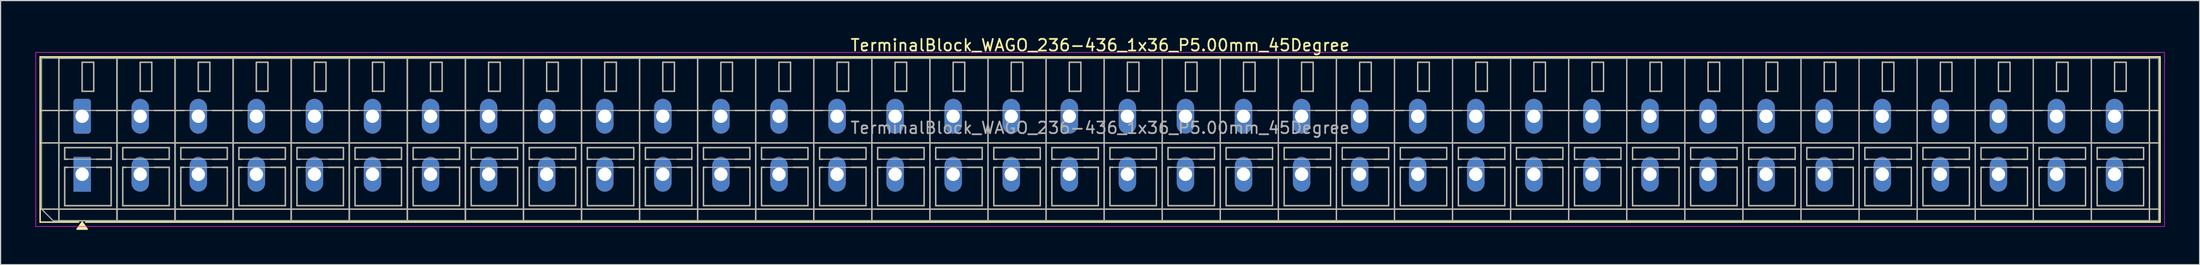
<source format=kicad_pcb>
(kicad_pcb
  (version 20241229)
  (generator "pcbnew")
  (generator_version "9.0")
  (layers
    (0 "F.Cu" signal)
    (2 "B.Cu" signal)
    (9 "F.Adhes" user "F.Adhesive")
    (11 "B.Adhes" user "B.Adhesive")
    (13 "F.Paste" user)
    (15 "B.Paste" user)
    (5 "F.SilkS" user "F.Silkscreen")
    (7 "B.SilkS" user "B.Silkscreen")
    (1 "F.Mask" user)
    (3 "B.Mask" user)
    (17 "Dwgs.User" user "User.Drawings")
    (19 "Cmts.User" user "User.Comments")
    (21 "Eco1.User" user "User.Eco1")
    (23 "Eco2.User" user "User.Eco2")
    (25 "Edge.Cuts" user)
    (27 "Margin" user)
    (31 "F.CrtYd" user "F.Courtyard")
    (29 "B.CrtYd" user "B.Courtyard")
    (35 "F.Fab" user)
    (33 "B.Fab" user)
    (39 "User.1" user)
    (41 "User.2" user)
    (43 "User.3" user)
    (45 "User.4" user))
  (footprint "TerminalBlock_WAGO_236-436_1x36_P5.00mm_45Degree"
    (layer "F.Cu")
    (at 4.025 6.968)
    (property "Reference" "TerminalBlock_WAGO_236-436_1x36_P5.00mm_45Degree" (at 87.65 -6.12 0) (layer "F.SilkS") (effects (font (size 1 1) (thickness 0.15))))
    (attr through_hole)
    (fp_line (start -3.62 -5.12) (end -3.62 9.12) (stroke (width 0.12) (type solid)) (layer "F.SilkS"))
    (fp_line (start -3.62 -5.12) (end 178.92 -5.12) (stroke (width 0.12) (type solid)) (layer "F.SilkS"))
    (fp_line (start -3.62 -0.5) (end -1.23 -0.5) (stroke (width 0.12) (type solid)) (layer "F.SilkS"))
    (fp_line (start -3.62 2.3) (end 178.92 2.3) (stroke (width 0.12) (type solid)) (layer "F.SilkS"))
    (fp_line (start -3.62 8) (end 178.92 8) (stroke (width 0.12) (type solid)) (layer "F.SilkS"))
    (fp_line (start -3.62 9.12) (end -0.3 9.12) (stroke (width 0.12) (type solid)) (layer "F.SilkS"))
    (fp_line (start -2 -5) (end -2 9) (stroke (width 0.12) (type solid)) (layer "F.SilkS"))
    (fp_line (start -2 -5) (end 3 -5) (stroke (width 0.12) (type solid)) (layer "F.SilkS"))
    (fp_line (start -2 9) (end 3 9) (stroke (width 0.12) (type solid)) (layer "F.SilkS"))
    (fp_line (start -1.5 2.7) (end -1.5 3.7) (stroke (width 0.12) (type solid)) (layer "F.SilkS"))
    (fp_line (start -1.5 2.7) (end 2.5 2.7) (stroke (width 0.12) (type solid)) (layer "F.SilkS"))
    (fp_line (start -1.5 3.7) (end -1.23 3.7) (stroke (width 0.12) (type solid)) (layer "F.SilkS"))
    (fp_line (start -1.5 4.4) (end -1.5 7.7) (stroke (width 0.12) (type solid)) (layer "F.SilkS"))
    (fp_line (start -1.5 4.4) (end -1.23 4.4) (stroke (width 0.12) (type solid)) (layer "F.SilkS"))
    (fp_line (start -1.5 7.7) (end 2.5 7.7) (stroke (width 0.12) (type solid)) (layer "F.SilkS"))
    (fp_line (start 0 -4.65) (end 0 -2.15) (stroke (width 0.12) (type solid)) (layer "F.SilkS"))
    (fp_line (start 0 -4.65) (end 1 -4.65) (stroke (width 0.12) (type solid)) (layer "F.SilkS"))
    (fp_line (start 0 -2.15) (end 1 -2.15) (stroke (width 0.12) (type solid)) (layer "F.SilkS"))
    (fp_line (start 0.3 9.12) (end 178.92 9.12) (stroke (width 0.12) (type solid)) (layer "F.SilkS"))
    (fp_line (start 1 -4.65) (end 1 -2.15) (stroke (width 0.12) (type solid)) (layer "F.SilkS"))
    (fp_line (start 1.23 -0.5) (end 3.77 -0.5) (stroke (width 0.12) (type solid)) (layer "F.SilkS"))
    (fp_line (start 1.23 3.7) (end 2.5 3.7) (stroke (width 0.12) (type solid)) (layer "F.SilkS"))
    (fp_line (start 1.23 4.4) (end 2.5 4.4) (stroke (width 0.12) (type solid)) (layer "F.SilkS"))
    (fp_line (start 2.5 2.7) (end 2.5 3.7) (stroke (width 0.12) (type solid)) (layer "F.SilkS"))
    (fp_line (start 2.5 4.4) (end 2.5 7.7) (stroke (width 0.12) (type solid)) (layer "F.SilkS"))
    (fp_line (start 3 -5) (end 3 9) (stroke (width 0.12) (type solid)) (layer "F.SilkS"))
    (fp_line (start 3 -5) (end 3 9) (stroke (width 0.12) (type solid)) (layer "F.SilkS"))
    (fp_line (start 3 -5) (end 8 -5) (stroke (width 0.12) (type solid)) (layer "F.SilkS"))
    (fp_line (start 3 9) (end 8 9) (stroke (width 0.12) (type solid)) (layer "F.SilkS"))
    (fp_line (start 3.5 2.7) (end 3.5 3.7) (stroke (width 0.12) (type solid)) (layer "F.SilkS"))
    (fp_line (start 3.5 2.7) (end 7.5 2.7) (stroke (width 0.12) (type solid)) (layer "F.SilkS"))
    (fp_line (start 3.5 3.7) (end 3.77 3.7) (stroke (width 0.12) (type solid)) (layer "F.SilkS"))
    (fp_line (start 3.5 4.4) (end 3.5 7.7) (stroke (width 0.12) (type solid)) (layer "F.SilkS"))
    (fp_line (start 3.5 4.4) (end 3.77 4.4) (stroke (width 0.12) (type solid)) (layer "F.SilkS"))
    (fp_line (start 3.5 7.7) (end 7.5 7.7) (stroke (width 0.12) (type solid)) (layer "F.SilkS"))
    (fp_line (start 5 -4.65) (end 5 -2.15) (stroke (width 0.12) (type solid)) (layer "F.SilkS"))
    (fp_line (start 5 -4.65) (end 6 -4.65) (stroke (width 0.12) (type solid)) (layer "F.SilkS"))
    (fp_line (start 5 -2.15) (end 6 -2.15) (stroke (width 0.12) (type solid)) (layer "F.SilkS"))
    (fp_line (start 6 -4.65) (end 6 -2.15) (stroke (width 0.12) (type solid)) (layer "F.SilkS"))
    (fp_line (start 6.23 -0.5) (end 8.77 -0.5) (stroke (width 0.12) (type solid)) (layer "F.SilkS"))
    (fp_line (start 6.23 3.7) (end 7.5 3.7) (stroke (width 0.12) (type solid)) (layer "F.SilkS"))
    (fp_line (start 6.23 4.4) (end 7.5 4.4) (stroke (width 0.12) (type solid)) (layer "F.SilkS"))
    (fp_line (start 7.5 2.7) (end 7.5 3.7) (stroke (width 0.12) (type solid)) (layer "F.SilkS"))
    (fp_line (start 7.5 4.4) (end 7.5 7.7) (stroke (width 0.12) (type solid)) (layer "F.SilkS"))
    (fp_line (start 8 -5) (end 8 9) (stroke (width 0.12) (type solid)) (layer "F.SilkS"))
    (fp_line (start 8 -5) (end 8 9) (stroke (width 0.12) (type solid)) (layer "F.SilkS"))
    (fp_line (start 8 -5) (end 13 -5) (stroke (width 0.12) (type solid)) (layer "F.SilkS"))
    (fp_line (start 8 9) (end 13 9) (stroke (width 0.12) (type solid)) (layer "F.SilkS"))
    (fp_line (start 8.5 2.7) (end 8.5 3.7) (stroke (width 0.12) (type solid)) (layer "F.SilkS"))
    (fp_line (start 8.5 2.7) (end 12.5 2.7) (stroke (width 0.12) (type solid)) (layer "F.SilkS"))
    (fp_line (start 8.5 3.7) (end 8.77 3.7) (stroke (width 0.12) (type solid)) (layer "F.SilkS"))
    (fp_line (start 8.5 4.4) (end 8.5 7.7) (stroke (width 0.12) (type solid)) (layer "F.SilkS"))
    (fp_line (start 8.5 4.4) (end 8.77 4.4) (stroke (width 0.12) (type solid)) (layer "F.SilkS"))
    (fp_line (start 8.5 7.7) (end 12.5 7.7) (stroke (width 0.12) (type solid)) (layer "F.SilkS"))
    (fp_line (start 10 -4.65) (end 10 -2.15) (stroke (width 0.12) (type solid)) (layer "F.SilkS"))
    (fp_line (start 10 -4.65) (end 11 -4.65) (stroke (width 0.12) (type solid)) (layer "F.SilkS"))
    (fp_line (start 10 -2.15) (end 11 -2.15) (stroke (width 0.12) (type solid)) (layer "F.SilkS"))
    (fp_line (start 11 -4.65) (end 11 -2.15) (stroke (width 0.12) (type solid)) (layer "F.SilkS"))
    (fp_line (start 11.23 -0.5) (end 13.77 -0.5) (stroke (width 0.12) (type solid)) (layer "F.SilkS"))
    (fp_line (start 11.23 3.7) (end 12.5 3.7) (stroke (width 0.12) (type solid)) (layer "F.SilkS"))
    (fp_line (start 11.23 4.4) (end 12.5 4.4) (stroke (width 0.12) (type solid)) (layer "F.SilkS"))
    (fp_line (start 12.5 2.7) (end 12.5 3.7) (stroke (width 0.12) (type solid)) (layer "F.SilkS"))
    (fp_line (start 12.5 4.4) (end 12.5 7.7) (stroke (width 0.12) (type solid)) (layer "F.SilkS"))
    (fp_line (start 13 -5) (end 13 9) (stroke (width 0.12) (type solid)) (layer "F.SilkS"))
    (fp_line (start 13 -5) (end 13 9) (stroke (width 0.12) (type solid)) (layer "F.SilkS"))
    (fp_line (start 13 -5) (end 18 -5) (stroke (width 0.12) (type solid)) (layer "F.SilkS"))
    (fp_line (start 13 9) (end 18 9) (stroke (width 0.12) (type solid)) (layer "F.SilkS"))
    (fp_line (start 13.5 2.7) (end 13.5 3.7) (stroke (width 0.12) (type solid)) (layer "F.SilkS"))
    (fp_line (start 13.5 2.7) (end 17.5 2.7) (stroke (width 0.12) (type solid)) (layer "F.SilkS"))
    (fp_line (start 13.5 3.7) (end 13.77 3.7) (stroke (width 0.12) (type solid)) (layer "F.SilkS"))
    (fp_line (start 13.5 4.4) (end 13.5 7.7) (stroke (width 0.12) (type solid)) (layer "F.SilkS"))
    (fp_line (start 13.5 4.4) (end 13.77 4.4) (stroke (width 0.12) (type solid)) (layer "F.SilkS"))
    (fp_line (start 13.5 7.7) (end 17.5 7.7) (stroke (width 0.12) (type solid)) (layer "F.SilkS"))
    (fp_line (start 15 -4.65) (end 15 -2.15) (stroke (width 0.12) (type solid)) (layer "F.SilkS"))
    (fp_line (start 15 -4.65) (end 16 -4.65) (stroke (width 0.12) (type solid)) (layer "F.SilkS"))
    (fp_line (start 15 -2.15) (end 16 -2.15) (stroke (width 0.12) (type solid)) (layer "F.SilkS"))
    (fp_line (start 16 -4.65) (end 16 -2.15) (stroke (width 0.12) (type solid)) (layer "F.SilkS"))
    (fp_line (start 16.23 -0.5) (end 18.77 -0.5) (stroke (width 0.12) (type solid)) (layer "F.SilkS"))
    (fp_line (start 16.23 3.7) (end 17.5 3.7) (stroke (width 0.12) (type solid)) (layer "F.SilkS"))
    (fp_line (start 16.23 4.4) (end 17.5 4.4) (stroke (width 0.12) (type solid)) (layer "F.SilkS"))
    (fp_line (start 17.5 2.7) (end 17.5 3.7) (stroke (width 0.12) (type solid)) (layer "F.SilkS"))
    (fp_line (start 17.5 4.4) (end 17.5 7.7) (stroke (width 0.12) (type solid)) (layer "F.SilkS"))
    (fp_line (start 18 -5) (end 18 9) (stroke (width 0.12) (type solid)) (layer "F.SilkS"))
    (fp_line (start 18 -5) (end 18 9) (stroke (width 0.12) (type solid)) (layer "F.SilkS"))
    (fp_line (start 18 -5) (end 23 -5) (stroke (width 0.12) (type solid)) (layer "F.SilkS"))
    (fp_line (start 18 9) (end 23 9) (stroke (width 0.12) (type solid)) (layer "F.SilkS"))
    (fp_line (start 18.5 2.7) (end 18.5 3.7) (stroke (width 0.12) (type solid)) (layer "F.SilkS"))
    (fp_line (start 18.5 2.7) (end 22.5 2.7) (stroke (width 0.12) (type solid)) (layer "F.SilkS"))
    (fp_line (start 18.5 3.7) (end 18.77 3.7) (stroke (width 0.12) (type solid)) (layer "F.SilkS"))
    (fp_line (start 18.5 4.4) (end 18.5 7.7) (stroke (width 0.12) (type solid)) (layer "F.SilkS"))
    (fp_line (start 18.5 4.4) (end 18.77 4.4) (stroke (width 0.12) (type solid)) (layer "F.SilkS"))
    (fp_line (start 18.5 7.7) (end 22.5 7.7) (stroke (width 0.12) (type solid)) (layer "F.SilkS"))
    (fp_line (start 20 -4.65) (end 20 -2.15) (stroke (width 0.12) (type solid)) (layer "F.SilkS"))
    (fp_line (start 20 -4.65) (end 21 -4.65) (stroke (width 0.12) (type solid)) (layer "F.SilkS"))
    (fp_line (start 20 -2.15) (end 21 -2.15) (stroke (width 0.12) (type solid)) (layer "F.SilkS"))
    (fp_line (start 21 -4.65) (end 21 -2.15) (stroke (width 0.12) (type solid)) (layer "F.SilkS"))
    (fp_line (start 21.23 -0.5) (end 23.77 -0.5) (stroke (width 0.12) (type solid)) (layer "F.SilkS"))
    (fp_line (start 21.23 3.7) (end 22.5 3.7) (stroke (width 0.12) (type solid)) (layer "F.SilkS"))
    (fp_line (start 21.23 4.4) (end 22.5 4.4) (stroke (width 0.12) (type solid)) (layer "F.SilkS"))
    (fp_line (start 22.5 2.7) (end 22.5 3.7) (stroke (width 0.12) (type solid)) (layer "F.SilkS"))
    (fp_line (start 22.5 4.4) (end 22.5 7.7) (stroke (width 0.12) (type solid)) (layer "F.SilkS"))
    (fp_line (start 23 -5) (end 23 9) (stroke (width 0.12) (type solid)) (layer "F.SilkS"))
    (fp_line (start 23 -5) (end 23 9) (stroke (width 0.12) (type solid)) (layer "F.SilkS"))
    (fp_line (start 23 -5) (end 28 -5) (stroke (width 0.12) (type solid)) (layer "F.SilkS"))
    (fp_line (start 23 9) (end 28 9) (stroke (width 0.12) (type solid)) (layer "F.SilkS"))
    (fp_line (start 23.5 2.7) (end 23.5 3.7) (stroke (width 0.12) (type solid)) (layer "F.SilkS"))
    (fp_line (start 23.5 2.7) (end 27.5 2.7) (stroke (width 0.12) (type solid)) (layer "F.SilkS"))
    (fp_line (start 23.5 3.7) (end 23.77 3.7) (stroke (width 0.12) (type solid)) (layer "F.SilkS"))
    (fp_line (start 23.5 4.4) (end 23.5 7.7) (stroke (width 0.12) (type solid)) (layer "F.SilkS"))
    (fp_line (start 23.5 4.4) (end 23.77 4.4) (stroke (width 0.12) (type solid)) (layer "F.SilkS"))
    (fp_line (start 23.5 7.7) (end 27.5 7.7) (stroke (width 0.12) (type solid)) (layer "F.SilkS"))
    (fp_line (start 25 -4.65) (end 25 -2.15) (stroke (width 0.12) (type solid)) (layer "F.SilkS"))
    (fp_line (start 25 -4.65) (end 26 -4.65) (stroke (width 0.12) (type solid)) (layer "F.SilkS"))
    (fp_line (start 25 -2.15) (end 26 -2.15) (stroke (width 0.12) (type solid)) (layer "F.SilkS"))
    (fp_line (start 26 -4.65) (end 26 -2.15) (stroke (width 0.12) (type solid)) (layer "F.SilkS"))
    (fp_line (start 26.23 -0.5) (end 28.77 -0.5) (stroke (width 0.12) (type solid)) (layer "F.SilkS"))
    (fp_line (start 26.23 3.7) (end 27.5 3.7) (stroke (width 0.12) (type solid)) (layer "F.SilkS"))
    (fp_line (start 26.23 4.4) (end 27.5 4.4) (stroke (width 0.12) (type solid)) (layer "F.SilkS"))
    (fp_line (start 27.5 2.7) (end 27.5 3.7) (stroke (width 0.12) (type solid)) (layer "F.SilkS"))
    (fp_line (start 27.5 4.4) (end 27.5 7.7) (stroke (width 0.12) (type solid)) (layer "F.SilkS"))
    (fp_line (start 28 -5) (end 28 9) (stroke (width 0.12) (type solid)) (layer "F.SilkS"))
    (fp_line (start 28 -5) (end 28 9) (stroke (width 0.12) (type solid)) (layer "F.SilkS"))
    (fp_line (start 28 -5) (end 33 -5) (stroke (width 0.12) (type solid)) (layer "F.SilkS"))
    (fp_line (start 28 9) (end 33 9) (stroke (width 0.12) (type solid)) (layer "F.SilkS"))
    (fp_line (start 28.5 2.7) (end 28.5 3.7) (stroke (width 0.12) (type solid)) (layer "F.SilkS"))
    (fp_line (start 28.5 2.7) (end 32.5 2.7) (stroke (width 0.12) (type solid)) (layer "F.SilkS"))
    (fp_line (start 28.5 3.7) (end 28.77 3.7) (stroke (width 0.12) (type solid)) (layer "F.SilkS"))
    (fp_line (start 28.5 4.4) (end 28.5 7.7) (stroke (width 0.12) (type solid)) (layer "F.SilkS"))
    (fp_line (start 28.5 4.4) (end 28.77 4.4) (stroke (width 0.12) (type solid)) (layer "F.SilkS"))
    (fp_line (start 28.5 7.7) (end 32.5 7.7) (stroke (width 0.12) (type solid)) (layer "F.SilkS"))
    (fp_line (start 30 -4.65) (end 30 -2.15) (stroke (width 0.12) (type solid)) (layer "F.SilkS"))
    (fp_line (start 30 -4.65) (end 31 -4.65) (stroke (width 0.12) (type solid)) (layer "F.SilkS"))
    (fp_line (start 30 -2.15) (end 31 -2.15) (stroke (width 0.12) (type solid)) (layer "F.SilkS"))
    (fp_line (start 31 -4.65) (end 31 -2.15) (stroke (width 0.12) (type solid)) (layer "F.SilkS"))
    (fp_line (start 31.23 -0.5) (end 33.77 -0.5) (stroke (width 0.12) (type solid)) (layer "F.SilkS"))
    (fp_line (start 31.23 3.7) (end 32.5 3.7) (stroke (width 0.12) (type solid)) (layer "F.SilkS"))
    (fp_line (start 31.23 4.4) (end 32.5 4.4) (stroke (width 0.12) (type solid)) (layer "F.SilkS"))
    (fp_line (start 32.5 2.7) (end 32.5 3.7) (stroke (width 0.12) (type solid)) (layer "F.SilkS"))
    (fp_line (start 32.5 4.4) (end 32.5 7.7) (stroke (width 0.12) (type solid)) (layer "F.SilkS"))
    (fp_line (start 33 -5) (end 33 9) (stroke (width 0.12) (type solid)) (layer "F.SilkS"))
    (fp_line (start 33 -5) (end 33 9) (stroke (width 0.12) (type solid)) (layer "F.SilkS"))
    (fp_line (start 33 -5) (end 38 -5) (stroke (width 0.12) (type solid)) (layer "F.SilkS"))
    (fp_line (start 33 9) (end 38 9) (stroke (width 0.12) (type solid)) (layer "F.SilkS"))
    (fp_line (start 33.5 2.7) (end 33.5 3.7) (stroke (width 0.12) (type solid)) (layer "F.SilkS"))
    (fp_line (start 33.5 2.7) (end 37.5 2.7) (stroke (width 0.12) (type solid)) (layer "F.SilkS"))
    (fp_line (start 33.5 3.7) (end 33.77 3.7) (stroke (width 0.12) (type solid)) (layer "F.SilkS"))
    (fp_line (start 33.5 4.4) (end 33.5 7.7) (stroke (width 0.12) (type solid)) (layer "F.SilkS"))
    (fp_line (start 33.5 4.4) (end 33.77 4.4) (stroke (width 0.12) (type solid)) (layer "F.SilkS"))
    (fp_line (start 33.5 7.7) (end 37.5 7.7) (stroke (width 0.12) (type solid)) (layer "F.SilkS"))
    (fp_line (start 35 -4.65) (end 35 -2.15) (stroke (width 0.12) (type solid)) (layer "F.SilkS"))
    (fp_line (start 35 -4.65) (end 36 -4.65) (stroke (width 0.12) (type solid)) (layer "F.SilkS"))
    (fp_line (start 35 -2.15) (end 36 -2.15) (stroke (width 0.12) (type solid)) (layer "F.SilkS"))
    (fp_line (start 36 -4.65) (end 36 -2.15) (stroke (width 0.12) (type solid)) (layer "F.SilkS"))
    (fp_line (start 36.23 -0.5) (end 38.77 -0.5) (stroke (width 0.12) (type solid)) (layer "F.SilkS"))
    (fp_line (start 36.23 3.7) (end 37.5 3.7) (stroke (width 0.12) (type solid)) (layer "F.SilkS"))
    (fp_line (start 36.23 4.4) (end 37.5 4.4) (stroke (width 0.12) (type solid)) (layer "F.SilkS"))
    (fp_line (start 37.5 2.7) (end 37.5 3.7) (stroke (width 0.12) (type solid)) (layer "F.SilkS"))
    (fp_line (start 37.5 4.4) (end 37.5 7.7) (stroke (width 0.12) (type solid)) (layer "F.SilkS"))
    (fp_line (start 38 -5) (end 38 9) (stroke (width 0.12) (type solid)) (layer "F.SilkS"))
    (fp_line (start 38 -5) (end 38 9) (stroke (width 0.12) (type solid)) (layer "F.SilkS"))
    (fp_line (start 38 -5) (end 43 -5) (stroke (width 0.12) (type solid)) (layer "F.SilkS"))
    (fp_line (start 38 9) (end 43 9) (stroke (width 0.12) (type solid)) (layer "F.SilkS"))
    (fp_line (start 38.5 2.7) (end 38.5 3.7) (stroke (width 0.12) (type solid)) (layer "F.SilkS"))
    (fp_line (start 38.5 2.7) (end 42.5 2.7) (stroke (width 0.12) (type solid)) (layer "F.SilkS"))
    (fp_line (start 38.5 3.7) (end 38.77 3.7) (stroke (width 0.12) (type solid)) (layer "F.SilkS"))
    (fp_line (start 38.5 4.4) (end 38.5 7.7) (stroke (width 0.12) (type solid)) (layer "F.SilkS"))
    (fp_line (start 38.5 4.4) (end 38.77 4.4) (stroke (width 0.12) (type solid)) (layer "F.SilkS"))
    (fp_line (start 38.5 7.7) (end 42.5 7.7) (stroke (width 0.12) (type solid)) (layer "F.SilkS"))
    (fp_line (start 40 -4.65) (end 40 -2.15) (stroke (width 0.12) (type solid)) (layer "F.SilkS"))
    (fp_line (start 40 -4.65) (end 41 -4.65) (stroke (width 0.12) (type solid)) (layer "F.SilkS"))
    (fp_line (start 40 -2.15) (end 41 -2.15) (stroke (width 0.12) (type solid)) (layer "F.SilkS"))
    (fp_line (start 41 -4.65) (end 41 -2.15) (stroke (width 0.12) (type solid)) (layer "F.SilkS"))
    (fp_line (start 41.23 -0.5) (end 43.77 -0.5) (stroke (width 0.12) (type solid)) (layer "F.SilkS"))
    (fp_line (start 41.23 3.7) (end 42.5 3.7) (stroke (width 0.12) (type solid)) (layer "F.SilkS"))
    (fp_line (start 41.23 4.4) (end 42.5 4.4) (stroke (width 0.12) (type solid)) (layer "F.SilkS"))
    (fp_line (start 42.5 2.7) (end 42.5 3.7) (stroke (width 0.12) (type solid)) (layer "F.SilkS"))
    (fp_line (start 42.5 4.4) (end 42.5 7.7) (stroke (width 0.12) (type solid)) (layer "F.SilkS"))
    (fp_line (start 43 -5) (end 43 9) (stroke (width 0.12) (type solid)) (layer "F.SilkS"))
    (fp_line (start 43 -5) (end 43 9) (stroke (width 0.12) (type solid)) (layer "F.SilkS"))
    (fp_line (start 43 -5) (end 48 -5) (stroke (width 0.12) (type solid)) (layer "F.SilkS"))
    (fp_line (start 43 9) (end 48 9) (stroke (width 0.12) (type solid)) (layer "F.SilkS"))
    (fp_line (start 43.5 2.7) (end 43.5 3.7) (stroke (width 0.12) (type solid)) (layer "F.SilkS"))
    (fp_line (start 43.5 2.7) (end 47.5 2.7) (stroke (width 0.12) (type solid)) (layer "F.SilkS"))
    (fp_line (start 43.5 3.7) (end 43.77 3.7) (stroke (width 0.12) (type solid)) (layer "F.SilkS"))
    (fp_line (start 43.5 4.4) (end 43.5 7.7) (stroke (width 0.12) (type solid)) (layer "F.SilkS"))
    (fp_line (start 43.5 4.4) (end 43.77 4.4) (stroke (width 0.12) (type solid)) (layer "F.SilkS"))
    (fp_line (start 43.5 7.7) (end 47.5 7.7) (stroke (width 0.12) (type solid)) (layer "F.SilkS"))
    (fp_line (start 45 -4.65) (end 45 -2.15) (stroke (width 0.12) (type solid)) (layer "F.SilkS"))
    (fp_line (start 45 -4.65) (end 46 -4.65) (stroke (width 0.12) (type solid)) (layer "F.SilkS"))
    (fp_line (start 45 -2.15) (end 46 -2.15) (stroke (width 0.12) (type solid)) (layer "F.SilkS"))
    (fp_line (start 46 -4.65) (end 46 -2.15) (stroke (width 0.12) (type solid)) (layer "F.SilkS"))
    (fp_line (start 46.23 -0.5) (end 48.77 -0.5) (stroke (width 0.12) (type solid)) (layer "F.SilkS"))
    (fp_line (start 46.23 3.7) (end 47.5 3.7) (stroke (width 0.12) (type solid)) (layer "F.SilkS"))
    (fp_line (start 46.23 4.4) (end 47.5 4.4) (stroke (width 0.12) (type solid)) (layer "F.SilkS"))
    (fp_line (start 47.5 2.7) (end 47.5 3.7) (stroke (width 0.12) (type solid)) (layer "F.SilkS"))
    (fp_line (start 47.5 4.4) (end 47.5 7.7) (stroke (width 0.12) (type solid)) (layer "F.SilkS"))
    (fp_line (start 48 -5) (end 48 9) (stroke (width 0.12) (type solid)) (layer "F.SilkS"))
    (fp_line (start 48 -5) (end 48 9) (stroke (width 0.12) (type solid)) (layer "F.SilkS"))
    (fp_line (start 48 -5) (end 53 -5) (stroke (width 0.12) (type solid)) (layer "F.SilkS"))
    (fp_line (start 48 9) (end 53 9) (stroke (width 0.12) (type solid)) (layer "F.SilkS"))
    (fp_line (start 48.5 2.7) (end 48.5 3.7) (stroke (width 0.12) (type solid)) (layer "F.SilkS"))
    (fp_line (start 48.5 2.7) (end 52.5 2.7) (stroke (width 0.12) (type solid)) (layer "F.SilkS"))
    (fp_line (start 48.5 3.7) (end 48.77 3.7) (stroke (width 0.12) (type solid)) (layer "F.SilkS"))
    (fp_line (start 48.5 4.4) (end 48.5 7.7) (stroke (width 0.12) (type solid)) (layer "F.SilkS"))
    (fp_line (start 48.5 4.4) (end 48.77 4.4) (stroke (width 0.12) (type solid)) (layer "F.SilkS"))
    (fp_line (start 48.5 7.7) (end 52.5 7.7) (stroke (width 0.12) (type solid)) (layer "F.SilkS"))
    (fp_line (start 50 -4.65) (end 50 -2.15) (stroke (width 0.12) (type solid)) (layer "F.SilkS"))
    (fp_line (start 50 -4.65) (end 51 -4.65) (stroke (width 0.12) (type solid)) (layer "F.SilkS"))
    (fp_line (start 50 -2.15) (end 51 -2.15) (stroke (width 0.12) (type solid)) (layer "F.SilkS"))
    (fp_line (start 51 -4.65) (end 51 -2.15) (stroke (width 0.12) (type solid)) (layer "F.SilkS"))
    (fp_line (start 51.23 -0.5) (end 53.77 -0.5) (stroke (width 0.12) (type solid)) (layer "F.SilkS"))
    (fp_line (start 51.23 3.7) (end 52.5 3.7) (stroke (width 0.12) (type solid)) (layer "F.SilkS"))
    (fp_line (start 51.23 4.4) (end 52.5 4.4) (stroke (width 0.12) (type solid)) (layer "F.SilkS"))
    (fp_line (start 52.5 2.7) (end 52.5 3.7) (stroke (width 0.12) (type solid)) (layer "F.SilkS"))
    (fp_line (start 52.5 4.4) (end 52.5 7.7) (stroke (width 0.12) (type solid)) (layer "F.SilkS"))
    (fp_line (start 53 -5) (end 53 9) (stroke (width 0.12) (type solid)) (layer "F.SilkS"))
    (fp_line (start 53 -5) (end 53 9) (stroke (width 0.12) (type solid)) (layer "F.SilkS"))
    (fp_line (start 53 -5) (end 58 -5) (stroke (width 0.12) (type solid)) (layer "F.SilkS"))
    (fp_line (start 53 9) (end 58 9) (stroke (width 0.12) (type solid)) (layer "F.SilkS"))
    (fp_line (start 53.5 2.7) (end 53.5 3.7) (stroke (width 0.12) (type solid)) (layer "F.SilkS"))
    (fp_line (start 53.5 2.7) (end 57.5 2.7) (stroke (width 0.12) (type solid)) (layer "F.SilkS"))
    (fp_line (start 53.5 3.7) (end 53.77 3.7) (stroke (width 0.12) (type solid)) (layer "F.SilkS"))
    (fp_line (start 53.5 4.4) (end 53.5 7.7) (stroke (width 0.12) (type solid)) (layer "F.SilkS"))
    (fp_line (start 53.5 4.4) (end 53.77 4.4) (stroke (width 0.12) (type solid)) (layer "F.SilkS"))
    (fp_line (start 53.5 7.7) (end 57.5 7.7) (stroke (width 0.12) (type solid)) (layer "F.SilkS"))
    (fp_line (start 55 -4.65) (end 55 -2.15) (stroke (width 0.12) (type solid)) (layer "F.SilkS"))
    (fp_line (start 55 -4.65) (end 56 -4.65) (stroke (width 0.12) (type solid)) (layer "F.SilkS"))
    (fp_line (start 55 -2.15) (end 56 -2.15) (stroke (width 0.12) (type solid)) (layer "F.SilkS"))
    (fp_line (start 56 -4.65) (end 56 -2.15) (stroke (width 0.12) (type solid)) (layer "F.SilkS"))
    (fp_line (start 56.23 -0.5) (end 58.77 -0.5) (stroke (width 0.12) (type solid)) (layer "F.SilkS"))
    (fp_line (start 56.23 3.7) (end 57.5 3.7) (stroke (width 0.12) (type solid)) (layer "F.SilkS"))
    (fp_line (start 56.23 4.4) (end 57.5 4.4) (stroke (width 0.12) (type solid)) (layer "F.SilkS"))
    (fp_line (start 57.5 2.7) (end 57.5 3.7) (stroke (width 0.12) (type solid)) (layer "F.SilkS"))
    (fp_line (start 57.5 4.4) (end 57.5 7.7) (stroke (width 0.12) (type solid)) (layer "F.SilkS"))
    (fp_line (start 58 -5) (end 58 9) (stroke (width 0.12) (type solid)) (layer "F.SilkS"))
    (fp_line (start 58 -5) (end 58 9) (stroke (width 0.12) (type solid)) (layer "F.SilkS"))
    (fp_line (start 58 -5) (end 63 -5) (stroke (width 0.12) (type solid)) (layer "F.SilkS"))
    (fp_line (start 58 9) (end 63 9) (stroke (width 0.12) (type solid)) (layer "F.SilkS"))
    (fp_line (start 58.5 2.7) (end 58.5 3.7) (stroke (width 0.12) (type solid)) (layer "F.SilkS"))
    (fp_line (start 58.5 2.7) (end 62.5 2.7) (stroke (width 0.12) (type solid)) (layer "F.SilkS"))
    (fp_line (start 58.5 3.7) (end 58.77 3.7) (stroke (width 0.12) (type solid)) (layer "F.SilkS"))
    (fp_line (start 58.5 4.4) (end 58.5 7.7) (stroke (width 0.12) (type solid)) (layer "F.SilkS"))
    (fp_line (start 58.5 4.4) (end 58.77 4.4) (stroke (width 0.12) (type solid)) (layer "F.SilkS"))
    (fp_line (start 58.5 7.7) (end 62.5 7.7) (stroke (width 0.12) (type solid)) (layer "F.SilkS"))
    (fp_line (start 60 -4.65) (end 60 -2.15) (stroke (width 0.12) (type solid)) (layer "F.SilkS"))
    (fp_line (start 60 -4.65) (end 61 -4.65) (stroke (width 0.12) (type solid)) (layer "F.SilkS"))
    (fp_line (start 60 -2.15) (end 61 -2.15) (stroke (width 0.12) (type solid)) (layer "F.SilkS"))
    (fp_line (start 61 -4.65) (end 61 -2.15) (stroke (width 0.12) (type solid)) (layer "F.SilkS"))
    (fp_line (start 61.23 -0.5) (end 63.77 -0.5) (stroke (width 0.12) (type solid)) (layer "F.SilkS"))
    (fp_line (start 61.23 3.7) (end 62.5 3.7) (stroke (width 0.12) (type solid)) (layer "F.SilkS"))
    (fp_line (start 61.23 4.4) (end 62.5 4.4) (stroke (width 0.12) (type solid)) (layer "F.SilkS"))
    (fp_line (start 62.5 2.7) (end 62.5 3.7) (stroke (width 0.12) (type solid)) (layer "F.SilkS"))
    (fp_line (start 62.5 4.4) (end 62.5 7.7) (stroke (width 0.12) (type solid)) (layer "F.SilkS"))
    (fp_line (start 63 -5) (end 63 9) (stroke (width 0.12) (type solid)) (layer "F.SilkS"))
    (fp_line (start 63 -5) (end 63 9) (stroke (width 0.12) (type solid)) (layer "F.SilkS"))
    (fp_line (start 63 -5) (end 68 -5) (stroke (width 0.12) (type solid)) (layer "F.SilkS"))
    (fp_line (start 63 9) (end 68 9) (stroke (width 0.12) (type solid)) (layer "F.SilkS"))
    (fp_line (start 63.5 2.7) (end 63.5 3.7) (stroke (width 0.12) (type solid)) (layer "F.SilkS"))
    (fp_line (start 63.5 2.7) (end 67.5 2.7) (stroke (width 0.12) (type solid)) (layer "F.SilkS"))
    (fp_line (start 63.5 3.7) (end 63.77 3.7) (stroke (width 0.12) (type solid)) (layer "F.SilkS"))
    (fp_line (start 63.5 4.4) (end 63.5 7.7) (stroke (width 0.12) (type solid)) (layer "F.SilkS"))
    (fp_line (start 63.5 4.4) (end 63.77 4.4) (stroke (width 0.12) (type solid)) (layer "F.SilkS"))
    (fp_line (start 63.5 7.7) (end 67.5 7.7) (stroke (width 0.12) (type solid)) (layer "F.SilkS"))
    (fp_line (start 65 -4.65) (end 65 -2.15) (stroke (width 0.12) (type solid)) (layer "F.SilkS"))
    (fp_line (start 65 -4.65) (end 66 -4.65) (stroke (width 0.12) (type solid)) (layer "F.SilkS"))
    (fp_line (start 65 -2.15) (end 66 -2.15) (stroke (width 0.12) (type solid)) (layer "F.SilkS"))
    (fp_line (start 66 -4.65) (end 66 -2.15) (stroke (width 0.12) (type solid)) (layer "F.SilkS"))
    (fp_line (start 66.23 -0.5) (end 68.77 -0.5) (stroke (width 0.12) (type solid)) (layer "F.SilkS"))
    (fp_line (start 66.23 3.7) (end 67.5 3.7) (stroke (width 0.12) (type solid)) (layer "F.SilkS"))
    (fp_line (start 66.23 4.4) (end 67.5 4.4) (stroke (width 0.12) (type solid)) (layer "F.SilkS"))
    (fp_line (start 67.5 2.7) (end 67.5 3.7) (stroke (width 0.12) (type solid)) (layer "F.SilkS"))
    (fp_line (start 67.5 4.4) (end 67.5 7.7) (stroke (width 0.12) (type solid)) (layer "F.SilkS"))
    (fp_line (start 68 -5) (end 68 9) (stroke (width 0.12) (type solid)) (layer "F.SilkS"))
    (fp_line (start 68 -5) (end 68 9) (stroke (width 0.12) (type solid)) (layer "F.SilkS"))
    (fp_line (start 68 -5) (end 73 -5) (stroke (width 0.12) (type solid)) (layer "F.SilkS"))
    (fp_line (start 68 9) (end 73 9) (stroke (width 0.12) (type solid)) (layer "F.SilkS"))
    (fp_line (start 68.5 2.7) (end 68.5 3.7) (stroke (width 0.12) (type solid)) (layer "F.SilkS"))
    (fp_line (start 68.5 2.7) (end 72.5 2.7) (stroke (width 0.12) (type solid)) (layer "F.SilkS"))
    (fp_line (start 68.5 3.7) (end 68.77 3.7) (stroke (width 0.12) (type solid)) (layer "F.SilkS"))
    (fp_line (start 68.5 4.4) (end 68.5 7.7) (stroke (width 0.12) (type solid)) (layer "F.SilkS"))
    (fp_line (start 68.5 4.4) (end 68.77 4.4) (stroke (width 0.12) (type solid)) (layer "F.SilkS"))
    (fp_line (start 68.5 7.7) (end 72.5 7.7) (stroke (width 0.12) (type solid)) (layer "F.SilkS"))
    (fp_line (start 70 -4.65) (end 70 -2.15) (stroke (width 0.12) (type solid)) (layer "F.SilkS"))
    (fp_line (start 70 -4.65) (end 71 -4.65) (stroke (width 0.12) (type solid)) (layer "F.SilkS"))
    (fp_line (start 70 -2.15) (end 71 -2.15) (stroke (width 0.12) (type solid)) (layer "F.SilkS"))
    (fp_line (start 71 -4.65) (end 71 -2.15) (stroke (width 0.12) (type solid)) (layer "F.SilkS"))
    (fp_line (start 71.23 -0.5) (end 73.77 -0.5) (stroke (width 0.12) (type solid)) (layer "F.SilkS"))
    (fp_line (start 71.23 3.7) (end 72.5 3.7) (stroke (width 0.12) (type solid)) (layer "F.SilkS"))
    (fp_line (start 71.23 4.4) (end 72.5 4.4) (stroke (width 0.12) (type solid)) (layer "F.SilkS"))
    (fp_line (start 72.5 2.7) (end 72.5 3.7) (stroke (width 0.12) (type solid)) (layer "F.SilkS"))
    (fp_line (start 72.5 4.4) (end 72.5 7.7) (stroke (width 0.12) (type solid)) (layer "F.SilkS"))
    (fp_line (start 73 -5) (end 73 9) (stroke (width 0.12) (type solid)) (layer "F.SilkS"))
    (fp_line (start 73 -5) (end 73 9) (stroke (width 0.12) (type solid)) (layer "F.SilkS"))
    (fp_line (start 73 -5) (end 78 -5) (stroke (width 0.12) (type solid)) (layer "F.SilkS"))
    (fp_line (start 73 9) (end 78 9) (stroke (width 0.12) (type solid)) (layer "F.SilkS"))
    (fp_line (start 73.5 2.7) (end 73.5 3.7) (stroke (width 0.12) (type solid)) (layer "F.SilkS"))
    (fp_line (start 73.5 2.7) (end 77.5 2.7) (stroke (width 0.12) (type solid)) (layer "F.SilkS"))
    (fp_line (start 73.5 3.7) (end 73.77 3.7) (stroke (width 0.12) (type solid)) (layer "F.SilkS"))
    (fp_line (start 73.5 4.4) (end 73.5 7.7) (stroke (width 0.12) (type solid)) (layer "F.SilkS"))
    (fp_line (start 73.5 4.4) (end 73.77 4.4) (stroke (width 0.12) (type solid)) (layer "F.SilkS"))
    (fp_line (start 73.5 7.7) (end 77.5 7.7) (stroke (width 0.12) (type solid)) (layer "F.SilkS"))
    (fp_line (start 75 -4.65) (end 75 -2.15) (stroke (width 0.12) (type solid)) (layer "F.SilkS"))
    (fp_line (start 75 -4.65) (end 76 -4.65) (stroke (width 0.12) (type solid)) (layer "F.SilkS"))
    (fp_line (start 75 -2.15) (end 76 -2.15) (stroke (width 0.12) (type solid)) (layer "F.SilkS"))
    (fp_line (start 76 -4.65) (end 76 -2.15) (stroke (width 0.12) (type solid)) (layer "F.SilkS"))
    (fp_line (start 76.23 -0.5) (end 78.77 -0.5) (stroke (width 0.12) (type solid)) (layer "F.SilkS"))
    (fp_line (start 76.23 3.7) (end 77.5 3.7) (stroke (width 0.12) (type solid)) (layer "F.SilkS"))
    (fp_line (start 76.23 4.4) (end 77.5 4.4) (stroke (width 0.12) (type solid)) (layer "F.SilkS"))
    (fp_line (start 77.5 2.7) (end 77.5 3.7) (stroke (width 0.12) (type solid)) (layer "F.SilkS"))
    (fp_line (start 77.5 4.4) (end 77.5 7.7) (stroke (width 0.12) (type solid)) (layer "F.SilkS"))
    (fp_line (start 78 -5) (end 78 9) (stroke (width 0.12) (type solid)) (layer "F.SilkS"))
    (fp_line (start 78 -5) (end 78 9) (stroke (width 0.12) (type solid)) (layer "F.SilkS"))
    (fp_line (start 78 -5) (end 83 -5) (stroke (width 0.12) (type solid)) (layer "F.SilkS"))
    (fp_line (start 78 9) (end 83 9) (stroke (width 0.12) (type solid)) (layer "F.SilkS"))
    (fp_line (start 78.5 2.7) (end 78.5 3.7) (stroke (width 0.12) (type solid)) (layer "F.SilkS"))
    (fp_line (start 78.5 2.7) (end 82.5 2.7) (stroke (width 0.12) (type solid)) (layer "F.SilkS"))
    (fp_line (start 78.5 3.7) (end 78.77 3.7) (stroke (width 0.12) (type solid)) (layer "F.SilkS"))
    (fp_line (start 78.5 4.4) (end 78.5 7.7) (stroke (width 0.12) (type solid)) (layer "F.SilkS"))
    (fp_line (start 78.5 4.4) (end 78.77 4.4) (stroke (width 0.12) (type solid)) (layer "F.SilkS"))
    (fp_line (start 78.5 7.7) (end 82.5 7.7) (stroke (width 0.12) (type solid)) (layer "F.SilkS"))
    (fp_line (start 80 -4.65) (end 80 -2.15) (stroke (width 0.12) (type solid)) (layer "F.SilkS"))
    (fp_line (start 80 -4.65) (end 81 -4.65) (stroke (width 0.12) (type solid)) (layer "F.SilkS"))
    (fp_line (start 80 -2.15) (end 81 -2.15) (stroke (width 0.12) (type solid)) (layer "F.SilkS"))
    (fp_line (start 81 -4.65) (end 81 -2.15) (stroke (width 0.12) (type solid)) (layer "F.SilkS"))
    (fp_line (start 81.23 -0.5) (end 83.77 -0.5) (stroke (width 0.12) (type solid)) (layer "F.SilkS"))
    (fp_line (start 81.23 3.7) (end 82.5 3.7) (stroke (width 0.12) (type solid)) (layer "F.SilkS"))
    (fp_line (start 81.23 4.4) (end 82.5 4.4) (stroke (width 0.12) (type solid)) (layer "F.SilkS"))
    (fp_line (start 82.5 2.7) (end 82.5 3.7) (stroke (width 0.12) (type solid)) (layer "F.SilkS"))
    (fp_line (start 82.5 4.4) (end 82.5 7.7) (stroke (width 0.12) (type solid)) (layer "F.SilkS"))
    (fp_line (start 83 -5) (end 83 9) (stroke (width 0.12) (type solid)) (layer "F.SilkS"))
    (fp_line (start 83 -5) (end 83 9) (stroke (width 0.12) (type solid)) (layer "F.SilkS"))
    (fp_line (start 83 -5) (end 88 -5) (stroke (width 0.12) (type solid)) (layer "F.SilkS"))
    (fp_line (start 83 9) (end 88 9) (stroke (width 0.12) (type solid)) (layer "F.SilkS"))
    (fp_line (start 83.5 2.7) (end 83.5 3.7) (stroke (width 0.12) (type solid)) (layer "F.SilkS"))
    (fp_line (start 83.5 2.7) (end 87.5 2.7) (stroke (width 0.12) (type solid)) (layer "F.SilkS"))
    (fp_line (start 83.5 3.7) (end 83.77 3.7) (stroke (width 0.12) (type solid)) (layer "F.SilkS"))
    (fp_line (start 83.5 4.4) (end 83.5 7.7) (stroke (width 0.12) (type solid)) (layer "F.SilkS"))
    (fp_line (start 83.5 4.4) (end 83.77 4.4) (stroke (width 0.12) (type solid)) (layer "F.SilkS"))
    (fp_line (start 83.5 7.7) (end 87.5 7.7) (stroke (width 0.12) (type solid)) (layer "F.SilkS"))
    (fp_line (start 85 -4.65) (end 85 -2.15) (stroke (width 0.12) (type solid)) (layer "F.SilkS"))
    (fp_line (start 85 -4.65) (end 86 -4.65) (stroke (width 0.12) (type solid)) (layer "F.SilkS"))
    (fp_line (start 85 -2.15) (end 86 -2.15) (stroke (width 0.12) (type solid)) (layer "F.SilkS"))
    (fp_line (start 86 -4.65) (end 86 -2.15) (stroke (width 0.12) (type solid)) (layer "F.SilkS"))
    (fp_line (start 86.23 -0.5) (end 88.77 -0.5) (stroke (width 0.12) (type solid)) (layer "F.SilkS"))
    (fp_line (start 86.23 3.7) (end 87.5 3.7) (stroke (width 0.12) (type solid)) (layer "F.SilkS"))
    (fp_line (start 86.23 4.4) (end 87.5 4.4) (stroke (width 0.12) (type solid)) (layer "F.SilkS"))
    (fp_line (start 87.5 2.7) (end 87.5 3.7) (stroke (width 0.12) (type solid)) (layer "F.SilkS"))
    (fp_line (start 87.5 4.4) (end 87.5 7.7) (stroke (width 0.12) (type solid)) (layer "F.SilkS"))
    (fp_line (start 88 -5) (end 88 9) (stroke (width 0.12) (type solid)) (layer "F.SilkS"))
    (fp_line (start 88 -5) (end 88 9) (stroke (width 0.12) (type solid)) (layer "F.SilkS"))
    (fp_line (start 88 -5) (end 93 -5) (stroke (width 0.12) (type solid)) (layer "F.SilkS"))
    (fp_line (start 88 9) (end 93 9) (stroke (width 0.12) (type solid)) (layer "F.SilkS"))
    (fp_line (start 88.5 2.7) (end 88.5 3.7) (stroke (width 0.12) (type solid)) (layer "F.SilkS"))
    (fp_line (start 88.5 2.7) (end 92.5 2.7) (stroke (width 0.12) (type solid)) (layer "F.SilkS"))
    (fp_line (start 88.5 3.7) (end 88.77 3.7) (stroke (width 0.12) (type solid)) (layer "F.SilkS"))
    (fp_line (start 88.5 4.4) (end 88.5 7.7) (stroke (width 0.12) (type solid)) (layer "F.SilkS"))
    (fp_line (start 88.5 4.4) (end 88.77 4.4) (stroke (width 0.12) (type solid)) (layer "F.SilkS"))
    (fp_line (start 88.5 7.7) (end 92.5 7.7) (stroke (width 0.12) (type solid)) (layer "F.SilkS"))
    (fp_line (start 90 -4.65) (end 90 -2.15) (stroke (width 0.12) (type solid)) (layer "F.SilkS"))
    (fp_line (start 90 -4.65) (end 91 -4.65) (stroke (width 0.12) (type solid)) (layer "F.SilkS"))
    (fp_line (start 90 -2.15) (end 91 -2.15) (stroke (width 0.12) (type solid)) (layer "F.SilkS"))
    (fp_line (start 91 -4.65) (end 91 -2.15) (stroke (width 0.12) (type solid)) (layer "F.SilkS"))
    (fp_line (start 91.23 -0.5) (end 93.77 -0.5) (stroke (width 0.12) (type solid)) (layer "F.SilkS"))
    (fp_line (start 91.23 3.7) (end 92.5 3.7) (stroke (width 0.12) (type solid)) (layer "F.SilkS"))
    (fp_line (start 91.23 4.4) (end 92.5 4.4) (stroke (width 0.12) (type solid)) (layer "F.SilkS"))
    (fp_line (start 92.5 2.7) (end 92.5 3.7) (stroke (width 0.12) (type solid)) (layer "F.SilkS"))
    (fp_line (start 92.5 4.4) (end 92.5 7.7) (stroke (width 0.12) (type solid)) (layer "F.SilkS"))
    (fp_line (start 93 -5) (end 93 9) (stroke (width 0.12) (type solid)) (layer "F.SilkS"))
    (fp_line (start 93 -5) (end 93 9) (stroke (width 0.12) (type solid)) (layer "F.SilkS"))
    (fp_line (start 93 -5) (end 98 -5) (stroke (width 0.12) (type solid)) (layer "F.SilkS"))
    (fp_line (start 93 9) (end 98 9) (stroke (width 0.12) (type solid)) (layer "F.SilkS"))
    (fp_line (start 93.5 2.7) (end 93.5 3.7) (stroke (width 0.12) (type solid)) (layer "F.SilkS"))
    (fp_line (start 93.5 2.7) (end 97.5 2.7) (stroke (width 0.12) (type solid)) (layer "F.SilkS"))
    (fp_line (start 93.5 3.7) (end 93.77 3.7) (stroke (width 0.12) (type solid)) (layer "F.SilkS"))
    (fp_line (start 93.5 4.4) (end 93.5 7.7) (stroke (width 0.12) (type solid)) (layer "F.SilkS"))
    (fp_line (start 93.5 4.4) (end 93.77 4.4) (stroke (width 0.12) (type solid)) (layer "F.SilkS"))
    (fp_line (start 93.5 7.7) (end 97.5 7.7) (stroke (width 0.12) (type solid)) (layer "F.SilkS"))
    (fp_line (start 95 -4.65) (end 95 -2.15) (stroke (width 0.12) (type solid)) (layer "F.SilkS"))
    (fp_line (start 95 -4.65) (end 96 -4.65) (stroke (width 0.12) (type solid)) (layer "F.SilkS"))
    (fp_line (start 95 -2.15) (end 96 -2.15) (stroke (width 0.12) (type solid)) (layer "F.SilkS"))
    (fp_line (start 96 -4.65) (end 96 -2.15) (stroke (width 0.12) (type solid)) (layer "F.SilkS"))
    (fp_line (start 96.23 -0.5) (end 98.77 -0.5) (stroke (width 0.12) (type solid)) (layer "F.SilkS"))
    (fp_line (start 96.23 3.7) (end 97.5 3.7) (stroke (width 0.12) (type solid)) (layer "F.SilkS"))
    (fp_line (start 96.23 4.4) (end 97.5 4.4) (stroke (width 0.12) (type solid)) (layer "F.SilkS"))
    (fp_line (start 97.5 2.7) (end 97.5 3.7) (stroke (width 0.12) (type solid)) (layer "F.SilkS"))
    (fp_line (start 97.5 4.4) (end 97.5 7.7) (stroke (width 0.12) (type solid)) (layer "F.SilkS"))
    (fp_line (start 98 -5) (end 98 9) (stroke (width 0.12) (type solid)) (layer "F.SilkS"))
    (fp_line (start 98 -5) (end 98 9) (stroke (width 0.12) (type solid)) (layer "F.SilkS"))
    (fp_line (start 98 -5) (end 103 -5) (stroke (width 0.12) (type solid)) (layer "F.SilkS"))
    (fp_line (start 98 9) (end 103 9) (stroke (width 0.12) (type solid)) (layer "F.SilkS"))
    (fp_line (start 98.5 2.7) (end 98.5 3.7) (stroke (width 0.12) (type solid)) (layer "F.SilkS"))
    (fp_line (start 98.5 2.7) (end 102.5 2.7) (stroke (width 0.12) (type solid)) (layer "F.SilkS"))
    (fp_line (start 98.5 3.7) (end 98.77 3.7) (stroke (width 0.12) (type solid)) (layer "F.SilkS"))
    (fp_line (start 98.5 4.4) (end 98.5 7.7) (stroke (width 0.12) (type solid)) (layer "F.SilkS"))
    (fp_line (start 98.5 4.4) (end 98.77 4.4) (stroke (width 0.12) (type solid)) (layer "F.SilkS"))
    (fp_line (start 98.5 7.7) (end 102.5 7.7) (stroke (width 0.12) (type solid)) (layer "F.SilkS"))
    (fp_line (start 100 -4.65) (end 100 -2.15) (stroke (width 0.12) (type solid)) (layer "F.SilkS"))
    (fp_line (start 100 -4.65) (end 101 -4.65) (stroke (width 0.12) (type solid)) (layer "F.SilkS"))
    (fp_line (start 100 -2.15) (end 101 -2.15) (stroke (width 0.12) (type solid)) (layer "F.SilkS"))
    (fp_line (start 101 -4.65) (end 101 -2.15) (stroke (width 0.12) (type solid)) (layer "F.SilkS"))
    (fp_line (start 101.23 -0.5) (end 103.77 -0.5) (stroke (width 0.12) (type solid)) (layer "F.SilkS"))
    (fp_line (start 101.23 3.7) (end 102.5 3.7) (stroke (width 0.12) (type solid)) (layer "F.SilkS"))
    (fp_line (start 101.23 4.4) (end 102.5 4.4) (stroke (width 0.12) (type solid)) (layer "F.SilkS"))
    (fp_line (start 102.5 2.7) (end 102.5 3.7) (stroke (width 0.12) (type solid)) (layer "F.SilkS"))
    (fp_line (start 102.5 4.4) (end 102.5 7.7) (stroke (width 0.12) (type solid)) (layer "F.SilkS"))
    (fp_line (start 103 -5) (end 103 9) (stroke (width 0.12) (type solid)) (layer "F.SilkS"))
    (fp_line (start 103 -5) (end 103 9) (stroke (width 0.12) (type solid)) (layer "F.SilkS"))
    (fp_line (start 103 -5) (end 108 -5) (stroke (width 0.12) (type solid)) (layer "F.SilkS"))
    (fp_line (start 103 9) (end 108 9) (stroke (width 0.12) (type solid)) (layer "F.SilkS"))
    (fp_line (start 103.5 2.7) (end 103.5 3.7) (stroke (width 0.12) (type solid)) (layer "F.SilkS"))
    (fp_line (start 103.5 2.7) (end 107.5 2.7) (stroke (width 0.12) (type solid)) (layer "F.SilkS"))
    (fp_line (start 103.5 3.7) (end 103.77 3.7) (stroke (width 0.12) (type solid)) (layer "F.SilkS"))
    (fp_line (start 103.5 4.4) (end 103.5 7.7) (stroke (width 0.12) (type solid)) (layer "F.SilkS"))
    (fp_line (start 103.5 4.4) (end 103.77 4.4) (stroke (width 0.12) (type solid)) (layer "F.SilkS"))
    (fp_line (start 103.5 7.7) (end 107.5 7.7) (stroke (width 0.12) (type solid)) (layer "F.SilkS"))
    (fp_line (start 105 -4.65) (end 105 -2.15) (stroke (width 0.12) (type solid)) (layer "F.SilkS"))
    (fp_line (start 105 -4.65) (end 106 -4.65) (stroke (width 0.12) (type solid)) (layer "F.SilkS"))
    (fp_line (start 105 -2.15) (end 106 -2.15) (stroke (width 0.12) (type solid)) (layer "F.SilkS"))
    (fp_line (start 106 -4.65) (end 106 -2.15) (stroke (width 0.12) (type solid)) (layer "F.SilkS"))
    (fp_line (start 106.23 -0.5) (end 108.77 -0.5) (stroke (width 0.12) (type solid)) (layer "F.SilkS"))
    (fp_line (start 106.23 3.7) (end 107.5 3.7) (stroke (width 0.12) (type solid)) (layer "F.SilkS"))
    (fp_line (start 106.23 4.4) (end 107.5 4.4) (stroke (width 0.12) (type solid)) (layer "F.SilkS"))
    (fp_line (start 107.5 2.7) (end 107.5 3.7) (stroke (width 0.12) (type solid)) (layer "F.SilkS"))
    (fp_line (start 107.5 4.4) (end 107.5 7.7) (stroke (width 0.12) (type solid)) (layer "F.SilkS"))
    (fp_line (start 108 -5) (end 108 9) (stroke (width 0.12) (type solid)) (layer "F.SilkS"))
    (fp_line (start 108 -5) (end 108 9) (stroke (width 0.12) (type solid)) (layer "F.SilkS"))
    (fp_line (start 108 -5) (end 113 -5) (stroke (width 0.12) (type solid)) (layer "F.SilkS"))
    (fp_line (start 108 9) (end 113 9) (stroke (width 0.12) (type solid)) (layer "F.SilkS"))
    (fp_line (start 108.5 2.7) (end 108.5 3.7) (stroke (width 0.12) (type solid)) (layer "F.SilkS"))
    (fp_line (start 108.5 2.7) (end 112.5 2.7) (stroke (width 0.12) (type solid)) (layer "F.SilkS"))
    (fp_line (start 108.5 3.7) (end 108.77 3.7) (stroke (width 0.12) (type solid)) (layer "F.SilkS"))
    (fp_line (start 108.5 4.4) (end 108.5 7.7) (stroke (width 0.12) (type solid)) (layer "F.SilkS"))
    (fp_line (start 108.5 4.4) (end 108.77 4.4) (stroke (width 0.12) (type solid)) (layer "F.SilkS"))
    (fp_line (start 108.5 7.7) (end 112.5 7.7) (stroke (width 0.12) (type solid)) (layer "F.SilkS"))
    (fp_line (start 110 -4.65) (end 110 -2.15) (stroke (width 0.12) (type solid)) (layer "F.SilkS"))
    (fp_line (start 110 -4.65) (end 111 -4.65) (stroke (width 0.12) (type solid)) (layer "F.SilkS"))
    (fp_line (start 110 -2.15) (end 111 -2.15) (stroke (width 0.12) (type solid)) (layer "F.SilkS"))
    (fp_line (start 111 -4.65) (end 111 -2.15) (stroke (width 0.12) (type solid)) (layer "F.SilkS"))
    (fp_line (start 111.23 -0.5) (end 113.77 -0.5) (stroke (width 0.12) (type solid)) (layer "F.SilkS"))
    (fp_line (start 111.23 3.7) (end 112.5 3.7) (stroke (width 0.12) (type solid)) (layer "F.SilkS"))
    (fp_line (start 111.23 4.4) (end 112.5 4.4) (stroke (width 0.12) (type solid)) (layer "F.SilkS"))
    (fp_line (start 112.5 2.7) (end 112.5 3.7) (stroke (width 0.12) (type solid)) (layer "F.SilkS"))
    (fp_line (start 112.5 4.4) (end 112.5 7.7) (stroke (width 0.12) (type solid)) (layer "F.SilkS"))
    (fp_line (start 113 -5) (end 113 9) (stroke (width 0.12) (type solid)) (layer "F.SilkS"))
    (fp_line (start 113 -5) (end 113 9) (stroke (width 0.12) (type solid)) (layer "F.SilkS"))
    (fp_line (start 113 -5) (end 118 -5) (stroke (width 0.12) (type solid)) (layer "F.SilkS"))
    (fp_line (start 113 9) (end 118 9) (stroke (width 0.12) (type solid)) (layer "F.SilkS"))
    (fp_line (start 113.5 2.7) (end 113.5 3.7) (stroke (width 0.12) (type solid)) (layer "F.SilkS"))
    (fp_line (start 113.5 2.7) (end 117.5 2.7) (stroke (width 0.12) (type solid)) (layer "F.SilkS"))
    (fp_line (start 113.5 3.7) (end 113.77 3.7) (stroke (width 0.12) (type solid)) (layer "F.SilkS"))
    (fp_line (start 113.5 4.4) (end 113.5 7.7) (stroke (width 0.12) (type solid)) (layer "F.SilkS"))
    (fp_line (start 113.5 4.4) (end 113.77 4.4) (stroke (width 0.12) (type solid)) (layer "F.SilkS"))
    (fp_line (start 113.5 7.7) (end 117.5 7.7) (stroke (width 0.12) (type solid)) (layer "F.SilkS"))
    (fp_line (start 115 -4.65) (end 115 -2.15) (stroke (width 0.12) (type solid)) (layer "F.SilkS"))
    (fp_line (start 115 -4.65) (end 116 -4.65) (stroke (width 0.12) (type solid)) (layer "F.SilkS"))
    (fp_line (start 115 -2.15) (end 116 -2.15) (stroke (width 0.12) (type solid)) (layer "F.SilkS"))
    (fp_line (start 116 -4.65) (end 116 -2.15) (stroke (width 0.12) (type solid)) (layer "F.SilkS"))
    (fp_line (start 116.23 -0.5) (end 118.77 -0.5) (stroke (width 0.12) (type solid)) (layer "F.SilkS"))
    (fp_line (start 116.23 3.7) (end 117.5 3.7) (stroke (width 0.12) (type solid)) (layer "F.SilkS"))
    (fp_line (start 116.23 4.4) (end 117.5 4.4) (stroke (width 0.12) (type solid)) (layer "F.SilkS"))
    (fp_line (start 117.5 2.7) (end 117.5 3.7) (stroke (width 0.12) (type solid)) (layer "F.SilkS"))
    (fp_line (start 117.5 4.4) (end 117.5 7.7) (stroke (width 0.12) (type solid)) (layer "F.SilkS"))
    (fp_line (start 118 -5) (end 118 9) (stroke (width 0.12) (type solid)) (layer "F.SilkS"))
    (fp_line (start 118 -5) (end 118 9) (stroke (width 0.12) (type solid)) (layer "F.SilkS"))
    (fp_line (start 118 -5) (end 123 -5) (stroke (width 0.12) (type solid)) (layer "F.SilkS"))
    (fp_line (start 118 9) (end 123 9) (stroke (width 0.12) (type solid)) (layer "F.SilkS"))
    (fp_line (start 118.5 2.7) (end 118.5 3.7) (stroke (width 0.12) (type solid)) (layer "F.SilkS"))
    (fp_line (start 118.5 2.7) (end 122.5 2.7) (stroke (width 0.12) (type solid)) (layer "F.SilkS"))
    (fp_line (start 118.5 3.7) (end 118.77 3.7) (stroke (width 0.12) (type solid)) (layer "F.SilkS"))
    (fp_line (start 118.5 4.4) (end 118.5 7.7) (stroke (width 0.12) (type solid)) (layer "F.SilkS"))
    (fp_line (start 118.5 4.4) (end 118.77 4.4) (stroke (width 0.12) (type solid)) (layer "F.SilkS"))
    (fp_line (start 118.5 7.7) (end 122.5 7.7) (stroke (width 0.12) (type solid)) (layer "F.SilkS"))
    (fp_line (start 120 -4.65) (end 120 -2.15) (stroke (width 0.12) (type solid)) (layer "F.SilkS"))
    (fp_line (start 120 -4.65) (end 121 -4.65) (stroke (width 0.12) (type solid)) (layer "F.SilkS"))
    (fp_line (start 120 -2.15) (end 121 -2.15) (stroke (width 0.12) (type solid)) (layer "F.SilkS"))
    (fp_line (start 121 -4.65) (end 121 -2.15) (stroke (width 0.12) (type solid)) (layer "F.SilkS"))
    (fp_line (start 121.23 -0.5) (end 123.77 -0.5) (stroke (width 0.12) (type solid)) (layer "F.SilkS"))
    (fp_line (start 121.23 3.7) (end 122.5 3.7) (stroke (width 0.12) (type solid)) (layer "F.SilkS"))
    (fp_line (start 121.23 4.4) (end 122.5 4.4) (stroke (width 0.12) (type solid)) (layer "F.SilkS"))
    (fp_line (start 122.5 2.7) (end 122.5 3.7) (stroke (width 0.12) (type solid)) (layer "F.SilkS"))
    (fp_line (start 122.5 4.4) (end 122.5 7.7) (stroke (width 0.12) (type solid)) (layer "F.SilkS"))
    (fp_line (start 123 -5) (end 123 9) (stroke (width 0.12) (type solid)) (layer "F.SilkS"))
    (fp_line (start 123 -5) (end 123 9) (stroke (width 0.12) (type solid)) (layer "F.SilkS"))
    (fp_line (start 123 -5) (end 128 -5) (stroke (width 0.12) (type solid)) (layer "F.SilkS"))
    (fp_line (start 123 9) (end 128 9) (stroke (width 0.12) (type solid)) (layer "F.SilkS"))
    (fp_line (start 123.5 2.7) (end 123.5 3.7) (stroke (width 0.12) (type solid)) (layer "F.SilkS"))
    (fp_line (start 123.5 2.7) (end 127.5 2.7) (stroke (width 0.12) (type solid)) (layer "F.SilkS"))
    (fp_line (start 123.5 3.7) (end 123.77 3.7) (stroke (width 0.12) (type solid)) (layer "F.SilkS"))
    (fp_line (start 123.5 4.4) (end 123.5 7.7) (stroke (width 0.12) (type solid)) (layer "F.SilkS"))
    (fp_line (start 123.5 4.4) (end 123.77 4.4) (stroke (width 0.12) (type solid)) (layer "F.SilkS"))
    (fp_line (start 123.5 7.7) (end 127.5 7.7) (stroke (width 0.12) (type solid)) (layer "F.SilkS"))
    (fp_line (start 125 -4.65) (end 125 -2.15) (stroke (width 0.12) (type solid)) (layer "F.SilkS"))
    (fp_line (start 125 -4.65) (end 126 -4.65) (stroke (width 0.12) (type solid)) (layer "F.SilkS"))
    (fp_line (start 125 -2.15) (end 126 -2.15) (stroke (width 0.12) (type solid)) (layer "F.SilkS"))
    (fp_line (start 126 -4.65) (end 126 -2.15) (stroke (width 0.12) (type solid)) (layer "F.SilkS"))
    (fp_line (start 126.23 -0.5) (end 128.77 -0.5) (stroke (width 0.12) (type solid)) (layer "F.SilkS"))
    (fp_line (start 126.23 3.7) (end 127.5 3.7) (stroke (width 0.12) (type solid)) (layer "F.SilkS"))
    (fp_line (start 126.23 4.4) (end 127.5 4.4) (stroke (width 0.12) (type solid)) (layer "F.SilkS"))
    (fp_line (start 127.5 2.7) (end 127.5 3.7) (stroke (width 0.12) (type solid)) (layer "F.SilkS"))
    (fp_line (start 127.5 4.4) (end 127.5 7.7) (stroke (width 0.12) (type solid)) (layer "F.SilkS"))
    (fp_line (start 128 -5) (end 128 9) (stroke (width 0.12) (type solid)) (layer "F.SilkS"))
    (fp_line (start 128 -5) (end 128 9) (stroke (width 0.12) (type solid)) (layer "F.SilkS"))
    (fp_line (start 128 -5) (end 133 -5) (stroke (width 0.12) (type solid)) (layer "F.SilkS"))
    (fp_line (start 128 9) (end 133 9) (stroke (width 0.12) (type solid)) (layer "F.SilkS"))
    (fp_line (start 128.5 2.7) (end 128.5 3.7) (stroke (width 0.12) (type solid)) (layer "F.SilkS"))
    (fp_line (start 128.5 2.7) (end 132.5 2.7) (stroke (width 0.12) (type solid)) (layer "F.SilkS"))
    (fp_line (start 128.5 3.7) (end 128.77 3.7) (stroke (width 0.12) (type solid)) (layer "F.SilkS"))
    (fp_line (start 128.5 4.4) (end 128.5 7.7) (stroke (width 0.12) (type solid)) (layer "F.SilkS"))
    (fp_line (start 128.5 4.4) (end 128.77 4.4) (stroke (width 0.12) (type solid)) (layer "F.SilkS"))
    (fp_line (start 128.5 7.7) (end 132.5 7.7) (stroke (width 0.12) (type solid)) (layer "F.SilkS"))
    (fp_line (start 130 -4.65) (end 130 -2.15) (stroke (width 0.12) (type solid)) (layer "F.SilkS"))
    (fp_line (start 130 -4.65) (end 131 -4.65) (stroke (width 0.12) (type solid)) (layer "F.SilkS"))
    (fp_line (start 130 -2.15) (end 131 -2.15) (stroke (width 0.12) (type solid)) (layer "F.SilkS"))
    (fp_line (start 131 -4.65) (end 131 -2.15) (stroke (width 0.12) (type solid)) (layer "F.SilkS"))
    (fp_line (start 131.23 -0.5) (end 133.77 -0.5) (stroke (width 0.12) (type solid)) (layer "F.SilkS"))
    (fp_line (start 131.23 3.7) (end 132.5 3.7) (stroke (width 0.12) (type solid)) (layer "F.SilkS"))
    (fp_line (start 131.23 4.4) (end 132.5 4.4) (stroke (width 0.12) (type solid)) (layer "F.SilkS"))
    (fp_line (start 132.5 2.7) (end 132.5 3.7) (stroke (width 0.12) (type solid)) (layer "F.SilkS"))
    (fp_line (start 132.5 4.4) (end 132.5 7.7) (stroke (width 0.12) (type solid)) (layer "F.SilkS"))
    (fp_line (start 133 -5) (end 133 9) (stroke (width 0.12) (type solid)) (layer "F.SilkS"))
    (fp_line (start 133 -5) (end 133 9) (stroke (width 0.12) (type solid)) (layer "F.SilkS"))
    (fp_line (start 133 -5) (end 138 -5) (stroke (width 0.12) (type solid)) (layer "F.SilkS"))
    (fp_line (start 133 9) (end 138 9) (stroke (width 0.12) (type solid)) (layer "F.SilkS"))
    (fp_line (start 133.5 2.7) (end 133.5 3.7) (stroke (width 0.12) (type solid)) (layer "F.SilkS"))
    (fp_line (start 133.5 2.7) (end 137.5 2.7) (stroke (width 0.12) (type solid)) (layer "F.SilkS"))
    (fp_line (start 133.5 3.7) (end 133.77 3.7) (stroke (width 0.12) (type solid)) (layer "F.SilkS"))
    (fp_line (start 133.5 4.4) (end 133.5 7.7) (stroke (width 0.12) (type solid)) (layer "F.SilkS"))
    (fp_line (start 133.5 4.4) (end 133.77 4.4) (stroke (width 0.12) (type solid)) (layer "F.SilkS"))
    (fp_line (start 133.5 7.7) (end 137.5 7.7) (stroke (width 0.12) (type solid)) (layer "F.SilkS"))
    (fp_line (start 135 -4.65) (end 135 -2.15) (stroke (width 0.12) (type solid)) (layer "F.SilkS"))
    (fp_line (start 135 -4.65) (end 136 -4.65) (stroke (width 0.12) (type solid)) (layer "F.SilkS"))
    (fp_line (start 135 -2.15) (end 136 -2.15) (stroke (width 0.12) (type solid)) (layer "F.SilkS"))
    (fp_line (start 136 -4.65) (end 136 -2.15) (stroke (width 0.12) (type solid)) (layer "F.SilkS"))
    (fp_line (start 136.23 -0.5) (end 138.77 -0.5) (stroke (width 0.12) (type solid)) (layer "F.SilkS"))
    (fp_line (start 136.23 3.7) (end 137.5 3.7) (stroke (width 0.12) (type solid)) (layer "F.SilkS"))
    (fp_line (start 136.23 4.4) (end 137.5 4.4) (stroke (width 0.12) (type solid)) (layer "F.SilkS"))
    (fp_line (start 137.5 2.7) (end 137.5 3.7) (stroke (width 0.12) (type solid)) (layer "F.SilkS"))
    (fp_line (start 137.5 4.4) (end 137.5 7.7) (stroke (width 0.12) (type solid)) (layer "F.SilkS"))
    (fp_line (start 138 -5) (end 138 9) (stroke (width 0.12) (type solid)) (layer "F.SilkS"))
    (fp_line (start 138 -5) (end 138 9) (stroke (width 0.12) (type solid)) (layer "F.SilkS"))
    (fp_line (start 138 -5) (end 143 -5) (stroke (width 0.12) (type solid)) (layer "F.SilkS"))
    (fp_line (start 138 9) (end 143 9) (stroke (width 0.12) (type solid)) (layer "F.SilkS"))
    (fp_line (start 138.5 2.7) (end 138.5 3.7) (stroke (width 0.12) (type solid)) (layer "F.SilkS"))
    (fp_line (start 138.5 2.7) (end 142.5 2.7) (stroke (width 0.12) (type solid)) (layer "F.SilkS"))
    (fp_line (start 138.5 3.7) (end 138.77 3.7) (stroke (width 0.12) (type solid)) (layer "F.SilkS"))
    (fp_line (start 138.5 4.4) (end 138.5 7.7) (stroke (width 0.12) (type solid)) (layer "F.SilkS"))
    (fp_line (start 138.5 4.4) (end 138.77 4.4) (stroke (width 0.12) (type solid)) (layer "F.SilkS"))
    (fp_line (start 138.5 7.7) (end 142.5 7.7) (stroke (width 0.12) (type solid)) (layer "F.SilkS"))
    (fp_line (start 140 -4.65) (end 140 -2.15) (stroke (width 0.12) (type solid)) (layer "F.SilkS"))
    (fp_line (start 140 -4.65) (end 141 -4.65) (stroke (width 0.12) (type solid)) (layer "F.SilkS"))
    (fp_line (start 140 -2.15) (end 141 -2.15) (stroke (width 0.12) (type solid)) (layer "F.SilkS"))
    (fp_line (start 141 -4.65) (end 141 -2.15) (stroke (width 0.12) (type solid)) (layer "F.SilkS"))
    (fp_line (start 141.23 -0.5) (end 143.77 -0.5) (stroke (width 0.12) (type solid)) (layer "F.SilkS"))
    (fp_line (start 141.23 3.7) (end 142.5 3.7) (stroke (width 0.12) (type solid)) (layer "F.SilkS"))
    (fp_line (start 141.23 4.4) (end 142.5 4.4) (stroke (width 0.12) (type solid)) (layer "F.SilkS"))
    (fp_line (start 142.5 2.7) (end 142.5 3.7) (stroke (width 0.12) (type solid)) (layer "F.SilkS"))
    (fp_line (start 142.5 4.4) (end 142.5 7.7) (stroke (width 0.12) (type solid)) (layer "F.SilkS"))
    (fp_line (start 143 -5) (end 143 9) (stroke (width 0.12) (type solid)) (layer "F.SilkS"))
    (fp_line (start 143 -5) (end 143 9) (stroke (width 0.12) (type solid)) (layer "F.SilkS"))
    (fp_line (start 143 -5) (end 148 -5) (stroke (width 0.12) (type solid)) (layer "F.SilkS"))
    (fp_line (start 143 9) (end 148 9) (stroke (width 0.12) (type solid)) (layer "F.SilkS"))
    (fp_line (start 143.5 2.7) (end 143.5 3.7) (stroke (width 0.12) (type solid)) (layer "F.SilkS"))
    (fp_line (start 143.5 2.7) (end 147.5 2.7) (stroke (width 0.12) (type solid)) (layer "F.SilkS"))
    (fp_line (start 143.5 3.7) (end 143.77 3.7) (stroke (width 0.12) (type solid)) (layer "F.SilkS"))
    (fp_line (start 143.5 4.4) (end 143.5 7.7) (stroke (width 0.12) (type solid)) (layer "F.SilkS"))
    (fp_line (start 143.5 4.4) (end 143.77 4.4) (stroke (width 0.12) (type solid)) (layer "F.SilkS"))
    (fp_line (start 143.5 7.7) (end 147.5 7.7) (stroke (width 0.12) (type solid)) (layer "F.SilkS"))
    (fp_line (start 145 -4.65) (end 145 -2.15) (stroke (width 0.12) (type solid)) (layer "F.SilkS"))
    (fp_line (start 145 -4.65) (end 146 -4.65) (stroke (width 0.12) (type solid)) (layer "F.SilkS"))
    (fp_line (start 145 -2.15) (end 146 -2.15) (stroke (width 0.12) (type solid)) (layer "F.SilkS"))
    (fp_line (start 146 -4.65) (end 146 -2.15) (stroke (width 0.12) (type solid)) (layer "F.SilkS"))
    (fp_line (start 146.23 -0.5) (end 148.77 -0.5) (stroke (width 0.12) (type solid)) (layer "F.SilkS"))
    (fp_line (start 146.23 3.7) (end 147.5 3.7) (stroke (width 0.12) (type solid)) (layer "F.SilkS"))
    (fp_line (start 146.23 4.4) (end 147.5 4.4) (stroke (width 0.12) (type solid)) (layer "F.SilkS"))
    (fp_line (start 147.5 2.7) (end 147.5 3.7) (stroke (width 0.12) (type solid)) (layer "F.SilkS"))
    (fp_line (start 147.5 4.4) (end 147.5 7.7) (stroke (width 0.12) (type solid)) (layer "F.SilkS"))
    (fp_line (start 148 -5) (end 148 9) (stroke (width 0.12) (type solid)) (layer "F.SilkS"))
    (fp_line (start 148 -5) (end 148 9) (stroke (width 0.12) (type solid)) (layer "F.SilkS"))
    (fp_line (start 148 -5) (end 153 -5) (stroke (width 0.12) (type solid)) (layer "F.SilkS"))
    (fp_line (start 148 9) (end 153 9) (stroke (width 0.12) (type solid)) (layer "F.SilkS"))
    (fp_line (start 148.5 2.7) (end 148.5 3.7) (stroke (width 0.12) (type solid)) (layer "F.SilkS"))
    (fp_line (start 148.5 2.7) (end 152.5 2.7) (stroke (width 0.12) (type solid)) (layer "F.SilkS"))
    (fp_line (start 148.5 3.7) (end 148.77 3.7) (stroke (width 0.12) (type solid)) (layer "F.SilkS"))
    (fp_line (start 148.5 4.4) (end 148.5 7.7) (stroke (width 0.12) (type solid)) (layer "F.SilkS"))
    (fp_line (start 148.5 4.4) (end 148.77 4.4) (stroke (width 0.12) (type solid)) (layer "F.SilkS"))
    (fp_line (start 148.5 7.7) (end 152.5 7.7) (stroke (width 0.12) (type solid)) (layer "F.SilkS"))
    (fp_line (start 150 -4.65) (end 150 -2.15) (stroke (width 0.12) (type solid)) (layer "F.SilkS"))
    (fp_line (start 150 -4.65) (end 151 -4.65) (stroke (width 0.12) (type solid)) (layer "F.SilkS"))
    (fp_line (start 150 -2.15) (end 151 -2.15) (stroke (width 0.12) (type solid)) (layer "F.SilkS"))
    (fp_line (start 151 -4.65) (end 151 -2.15) (stroke (width 0.12) (type solid)) (layer "F.SilkS"))
    (fp_line (start 151.23 -0.5) (end 153.77 -0.5) (stroke (width 0.12) (type solid)) (layer "F.SilkS"))
    (fp_line (start 151.23 3.7) (end 152.5 3.7) (stroke (width 0.12) (type solid)) (layer "F.SilkS"))
    (fp_line (start 151.23 4.4) (end 152.5 4.4) (stroke (width 0.12) (type solid)) (layer "F.SilkS"))
    (fp_line (start 152.5 2.7) (end 152.5 3.7) (stroke (width 0.12) (type solid)) (layer "F.SilkS"))
    (fp_line (start 152.5 4.4) (end 152.5 7.7) (stroke (width 0.12) (type solid)) (layer "F.SilkS"))
    (fp_line (start 153 -5) (end 153 9) (stroke (width 0.12) (type solid)) (layer "F.SilkS"))
    (fp_line (start 153 -5) (end 153 9) (stroke (width 0.12) (type solid)) (layer "F.SilkS"))
    (fp_line (start 153 -5) (end 158 -5) (stroke (width 0.12) (type solid)) (layer "F.SilkS"))
    (fp_line (start 153 9) (end 158 9) (stroke (width 0.12) (type solid)) (layer "F.SilkS"))
    (fp_line (start 153.5 2.7) (end 153.5 3.7) (stroke (width 0.12) (type solid)) (layer "F.SilkS"))
    (fp_line (start 153.5 2.7) (end 157.5 2.7) (stroke (width 0.12) (type solid)) (layer "F.SilkS"))
    (fp_line (start 153.5 3.7) (end 153.77 3.7) (stroke (width 0.12) (type solid)) (layer "F.SilkS"))
    (fp_line (start 153.5 4.4) (end 153.5 7.7) (stroke (width 0.12) (type solid)) (layer "F.SilkS"))
    (fp_line (start 153.5 4.4) (end 153.77 4.4) (stroke (width 0.12) (type solid)) (layer "F.SilkS"))
    (fp_line (start 153.5 7.7) (end 157.5 7.7) (stroke (width 0.12) (type solid)) (layer "F.SilkS"))
    (fp_line (start 155 -4.65) (end 155 -2.15) (stroke (width 0.12) (type solid)) (layer "F.SilkS"))
    (fp_line (start 155 -4.65) (end 156 -4.65) (stroke (width 0.12) (type solid)) (layer "F.SilkS"))
    (fp_line (start 155 -2.15) (end 156 -2.15) (stroke (width 0.12) (type solid)) (layer "F.SilkS"))
    (fp_line (start 156 -4.65) (end 156 -2.15) (stroke (width 0.12) (type solid)) (layer "F.SilkS"))
    (fp_line (start 156.23 -0.5) (end 158.77 -0.5) (stroke (width 0.12) (type solid)) (layer "F.SilkS"))
    (fp_line (start 156.23 3.7) (end 157.5 3.7) (stroke (width 0.12) (type solid)) (layer "F.SilkS"))
    (fp_line (start 156.23 4.4) (end 157.5 4.4) (stroke (width 0.12) (type solid)) (layer "F.SilkS"))
    (fp_line (start 157.5 2.7) (end 157.5 3.7) (stroke (width 0.12) (type solid)) (layer "F.SilkS"))
    (fp_line (start 157.5 4.4) (end 157.5 7.7) (stroke (width 0.12) (type solid)) (layer "F.SilkS"))
    (fp_line (start 158 -5) (end 158 9) (stroke (width 0.12) (type solid)) (layer "F.SilkS"))
    (fp_line (start 158 -5) (end 158 9) (stroke (width 0.12) (type solid)) (layer "F.SilkS"))
    (fp_line (start 158 -5) (end 163 -5) (stroke (width 0.12) (type solid)) (layer "F.SilkS"))
    (fp_line (start 158 9) (end 163 9) (stroke (width 0.12) (type solid)) (layer "F.SilkS"))
    (fp_line (start 158.5 2.7) (end 158.5 3.7) (stroke (width 0.12) (type solid)) (layer "F.SilkS"))
    (fp_line (start 158.5 2.7) (end 162.5 2.7) (stroke (width 0.12) (type solid)) (layer "F.SilkS"))
    (fp_line (start 158.5 3.7) (end 158.77 3.7) (stroke (width 0.12) (type solid)) (layer "F.SilkS"))
    (fp_line (start 158.5 4.4) (end 158.5 7.7) (stroke (width 0.12) (type solid)) (layer "F.SilkS"))
    (fp_line (start 158.5 4.4) (end 158.77 4.4) (stroke (width 0.12) (type solid)) (layer "F.SilkS"))
    (fp_line (start 158.5 7.7) (end 162.5 7.7) (stroke (width 0.12) (type solid)) (layer "F.SilkS"))
    (fp_line (start 160 -4.65) (end 160 -2.15) (stroke (width 0.12) (type solid)) (layer "F.SilkS"))
    (fp_line (start 160 -4.65) (end 161 -4.65) (stroke (width 0.12) (type solid)) (layer "F.SilkS"))
    (fp_line (start 160 -2.15) (end 161 -2.15) (stroke (width 0.12) (type solid)) (layer "F.SilkS"))
    (fp_line (start 161 -4.65) (end 161 -2.15) (stroke (width 0.12) (type solid)) (layer "F.SilkS"))
    (fp_line (start 161.23 -0.5) (end 163.77 -0.5) (stroke (width 0.12) (type solid)) (layer "F.SilkS"))
    (fp_line (start 161.23 3.7) (end 162.5 3.7) (stroke (width 0.12) (type solid)) (layer "F.SilkS"))
    (fp_line (start 161.23 4.4) (end 162.5 4.4) (stroke (width 0.12) (type solid)) (layer "F.SilkS"))
    (fp_line (start 162.5 2.7) (end 162.5 3.7) (stroke (width 0.12) (type solid)) (layer "F.SilkS"))
    (fp_line (start 162.5 4.4) (end 162.5 7.7) (stroke (width 0.12) (type solid)) (layer "F.SilkS"))
    (fp_line (start 163 -5) (end 163 9) (stroke (width 0.12) (type solid)) (layer "F.SilkS"))
    (fp_line (start 163 -5) (end 163 9) (stroke (width 0.12) (type solid)) (layer "F.SilkS"))
    (fp_line (start 163 -5) (end 168 -5) (stroke (width 0.12) (type solid)) (layer "F.SilkS"))
    (fp_line (start 163 9) (end 168 9) (stroke (width 0.12) (type solid)) (layer "F.SilkS"))
    (fp_line (start 163.5 2.7) (end 163.5 3.7) (stroke (width 0.12) (type solid)) (layer "F.SilkS"))
    (fp_line (start 163.5 2.7) (end 167.5 2.7) (stroke (width 0.12) (type solid)) (layer "F.SilkS"))
    (fp_line (start 163.5 3.7) (end 163.77 3.7) (stroke (width 0.12) (type solid)) (layer "F.SilkS"))
    (fp_line (start 163.5 4.4) (end 163.5 7.7) (stroke (width 0.12) (type solid)) (layer "F.SilkS"))
    (fp_line (start 163.5 4.4) (end 163.77 4.4) (stroke (width 0.12) (type solid)) (layer "F.SilkS"))
    (fp_line (start 163.5 7.7) (end 167.5 7.7) (stroke (width 0.12) (type solid)) (layer "F.SilkS"))
    (fp_line (start 165 -4.65) (end 165 -2.15) (stroke (width 0.12) (type solid)) (layer "F.SilkS"))
    (fp_line (start 165 -4.65) (end 166 -4.65) (stroke (width 0.12) (type solid)) (layer "F.SilkS"))
    (fp_line (start 165 -2.15) (end 166 -2.15) (stroke (width 0.12) (type solid)) (layer "F.SilkS"))
    (fp_line (start 166 -4.65) (end 166 -2.15) (stroke (width 0.12) (type solid)) (layer "F.SilkS"))
    (fp_line (start 166.23 -0.5) (end 168.77 -0.5) (stroke (width 0.12) (type solid)) (layer "F.SilkS"))
    (fp_line (start 166.23 3.7) (end 167.5 3.7) (stroke (width 0.12) (type solid)) (layer "F.SilkS"))
    (fp_line (start 166.23 4.4) (end 167.5 4.4) (stroke (width 0.12) (type solid)) (layer "F.SilkS"))
    (fp_line (start 167.5 2.7) (end 167.5 3.7) (stroke (width 0.12) (type solid)) (layer "F.SilkS"))
    (fp_line (start 167.5 4.4) (end 167.5 7.7) (stroke (width 0.12) (type solid)) (layer "F.SilkS"))
    (fp_line (start 168 -5) (end 168 9) (stroke (width 0.12) (type solid)) (layer "F.SilkS"))
    (fp_line (start 168 -5) (end 168 9) (stroke (width 0.12) (type solid)) (layer "F.SilkS"))
    (fp_line (start 168 -5) (end 173 -5) (stroke (width 0.12) (type solid)) (layer "F.SilkS"))
    (fp_line (start 168 9) (end 173 9) (stroke (width 0.12) (type solid)) (layer "F.SilkS"))
    (fp_line (start 168.5 2.7) (end 168.5 3.7) (stroke (width 0.12) (type solid)) (layer "F.SilkS"))
    (fp_line (start 168.5 2.7) (end 172.5 2.7) (stroke (width 0.12) (type solid)) (layer "F.SilkS"))
    (fp_line (start 168.5 3.7) (end 168.77 3.7) (stroke (width 0.12) (type solid)) (layer "F.SilkS"))
    (fp_line (start 168.5 4.4) (end 168.5 7.7) (stroke (width 0.12) (type solid)) (layer "F.SilkS"))
    (fp_line (start 168.5 4.4) (end 168.77 4.4) (stroke (width 0.12) (type solid)) (layer "F.SilkS"))
    (fp_line (start 168.5 7.7) (end 172.5 7.7) (stroke (width 0.12) (type solid)) (layer "F.SilkS"))
    (fp_line (start 170 -4.65) (end 170 -2.15) (stroke (width 0.12) (type solid)) (layer "F.SilkS"))
    (fp_line (start 170 -4.65) (end 171 -4.65) (stroke (width 0.12) (type solid)) (layer "F.SilkS"))
    (fp_line (start 170 -2.15) (end 171 -2.15) (stroke (width 0.12) (type solid)) (layer "F.SilkS"))
    (fp_line (start 171 -4.65) (end 171 -2.15) (stroke (width 0.12) (type solid)) (layer "F.SilkS"))
    (fp_line (start 171.23 -0.5) (end 173.77 -0.5) (stroke (width 0.12) (type solid)) (layer "F.SilkS"))
    (fp_line (start 171.23 3.7) (end 172.5 3.7) (stroke (width 0.12) (type solid)) (layer "F.SilkS"))
    (fp_line (start 171.23 4.4) (end 172.5 4.4) (stroke (width 0.12) (type solid)) (layer "F.SilkS"))
    (fp_line (start 172.5 2.7) (end 172.5 3.7) (stroke (width 0.12) (type solid)) (layer "F.SilkS"))
    (fp_line (start 172.5 4.4) (end 172.5 7.7) (stroke (width 0.12) (type solid)) (layer "F.SilkS"))
    (fp_line (start 173 -5) (end 173 9) (stroke (width 0.12) (type solid)) (layer "F.SilkS"))
    (fp_line (start 173 -5) (end 173 9) (stroke (width 0.12) (type solid)) (layer "F.SilkS"))
    (fp_line (start 173 -5) (end 178 -5) (stroke (width 0.12) (type solid)) (layer "F.SilkS"))
    (fp_line (start 173 9) (end 178 9) (stroke (width 0.12) (type solid)) (layer "F.SilkS"))
    (fp_line (start 173.5 2.7) (end 173.5 3.7) (stroke (width 0.12) (type solid)) (layer "F.SilkS"))
    (fp_line (start 173.5 2.7) (end 177.5 2.7) (stroke (width 0.12) (type solid)) (layer "F.SilkS"))
    (fp_line (start 173.5 3.7) (end 173.77 3.7) (stroke (width 0.12) (type solid)) (layer "F.SilkS"))
    (fp_line (start 173.5 4.4) (end 173.5 7.7) (stroke (width 0.12) (type solid)) (layer "F.SilkS"))
    (fp_line (start 173.5 4.4) (end 173.77 4.4) (stroke (width 0.12) (type solid)) (layer "F.SilkS"))
    (fp_line (start 173.5 7.7) (end 177.5 7.7) (stroke (width 0.12) (type solid)) (layer "F.SilkS"))
    (fp_line (start 175 -4.65) (end 175 -2.15) (stroke (width 0.12) (type solid)) (layer "F.SilkS"))
    (fp_line (start 175 -4.65) (end 176 -4.65) (stroke (width 0.12) (type solid)) (layer "F.SilkS"))
    (fp_line (start 175 -2.15) (end 176 -2.15) (stroke (width 0.12) (type solid)) (layer "F.SilkS"))
    (fp_line (start 176 -4.65) (end 176 -2.15) (stroke (width 0.12) (type solid)) (layer "F.SilkS"))
    (fp_line (start 176.23 -0.5) (end 178.92 -0.5) (stroke (width 0.12) (type solid)) (layer "F.SilkS"))
    (fp_line (start 176.23 3.7) (end 177.5 3.7) (stroke (width 0.12) (type solid)) (layer "F.SilkS"))
    (fp_line (start 176.23 4.4) (end 177.5 4.4) (stroke (width 0.12) (type solid)) (layer "F.SilkS"))
    (fp_line (start 177.5 2.7) (end 177.5 3.7) (stroke (width 0.12) (type solid)) (layer "F.SilkS"))
    (fp_line (start 177.5 4.4) (end 177.5 7.7) (stroke (width 0.12) (type solid)) (layer "F.SilkS"))
    (fp_line (start 178 -5) (end 178 9) (stroke (width 0.12) (type solid)) (layer "F.SilkS"))
    (fp_line (start 178.92 -5.12) (end 178.92 9.12) (stroke (width 0.12) (type solid)) (layer "F.SilkS"))
    (fp_poly (pts (xy 0 9.12) (xy 0.44 9.73) (xy -0.44 9.73)) (stroke (width 0.12) (type solid)) (fill yes) (layer "F.SilkS"))
    (fp_line (start -4 -5.5) (end -4 9.5) (stroke (width 0.05) (type solid)) (layer "F.CrtYd"))
    (fp_line (start -4 9.5) (end 179.3 9.5) (stroke (width 0.05) (type solid)) (layer "F.CrtYd"))
    (fp_line (start 179.3 -5.5) (end -4 -5.5) (stroke (width 0.05) (type solid)) (layer "F.CrtYd"))
    (fp_line (start 179.3 9.5) (end 179.3 -5.5) (stroke (width 0.05) (type solid)) (layer "F.CrtYd"))
    (fp_line (start -3.5 -5) (end 178.8 -5) (stroke (width 0.1) (type solid)) (layer "F.Fab"))
    (fp_line (start -3.5 -0.5) (end 178.8 -0.5) (stroke (width 0.1) (type solid)) (layer "F.Fab"))
    (fp_line (start -3.5 2.3) (end 178.8 2.3) (stroke (width 0.1) (type solid)) (layer "F.Fab"))
    (fp_line (start -3.5 8) (end -3.5 -5) (stroke (width 0.1) (type solid)) (layer "F.Fab"))
    (fp_line (start -3.5 8) (end 178.8 8) (stroke (width 0.1) (type solid)) (layer "F.Fab"))
    (fp_line (start -2.5 9) (end -3.5 8) (stroke (width 0.1) (type solid)) (layer "F.Fab"))
    (fp_line (start -2 -5) (end -2 9) (stroke (width 0.1) (type solid)) (layer "F.Fab"))
    (fp_line (start -2 9) (end 3 9) (stroke (width 0.1) (type solid)) (layer "F.Fab"))
    (fp_line (start -1.5 2.7) (end -1.5 3.7) (stroke (width 0.1) (type solid)) (layer "F.Fab"))
    (fp_line (start -1.5 3.7) (end 2.5 3.7) (stroke (width 0.1) (type solid)) (layer "F.Fab"))
    (fp_line (start -1.5 4.4) (end -1.5 7.7) (stroke (width 0.1) (type solid)) (layer "F.Fab"))
    (fp_line (start -1.5 7.7) (end 2.5 7.7) (stroke (width 0.1) (type solid)) (layer "F.Fab"))
    (fp_line (start 0 -4.65) (end 0 -2.15) (stroke (width 0.1) (type solid)) (layer "F.Fab"))
    (fp_line (start 0 -2.15) (end 1 -2.15) (stroke (width 0.1) (type solid)) (layer "F.Fab"))
    (fp_line (start 1 -4.65) (end 0 -4.65) (stroke (width 0.1) (type solid)) (layer "F.Fab"))
    (fp_line (start 1 -2.15) (end 1 -4.65) (stroke (width 0.1) (type solid)) (layer "F.Fab"))
    (fp_line (start 2.5 2.7) (end -1.5 2.7) (stroke (width 0.1) (type solid)) (layer "F.Fab"))
    (fp_line (start 2.5 3.7) (end 2.5 2.7) (stroke (width 0.1) (type solid)) (layer "F.Fab"))
    (fp_line (start 2.5 4.4) (end -1.5 4.4) (stroke (width 0.1) (type solid)) (layer "F.Fab"))
    (fp_line (start 2.5 7.7) (end 2.5 4.4) (stroke (width 0.1) (type solid)) (layer "F.Fab"))
    (fp_line (start 3 -5) (end -2 -5) (stroke (width 0.1) (type solid)) (layer "F.Fab"))
    (fp_line (start 3 -5) (end 3 9) (stroke (width 0.1) (type solid)) (layer "F.Fab"))
    (fp_line (start 3 9) (end 3 -5) (stroke (width 0.1) (type solid)) (layer "F.Fab"))
    (fp_line (start 3 9) (end 8 9) (stroke (width 0.1) (type solid)) (layer "F.Fab"))
    (fp_line (start 3.5 2.7) (end 3.5 3.7) (stroke (width 0.1) (type solid)) (layer "F.Fab"))
    (fp_line (start 3.5 3.7) (end 7.5 3.7) (stroke (width 0.1) (type solid)) (layer "F.Fab"))
    (fp_line (start 3.5 4.4) (end 3.5 7.7) (stroke (width 0.1) (type solid)) (layer "F.Fab"))
    (fp_line (start 3.5 7.7) (end 7.5 7.7) (stroke (width 0.1) (type solid)) (layer "F.Fab"))
    (fp_line (start 5 -4.65) (end 5 -2.15) (stroke (width 0.1) (type solid)) (layer "F.Fab"))
    (fp_line (start 5 -2.15) (end 6 -2.15) (stroke (width 0.1) (type solid)) (layer "F.Fab"))
    (fp_line (start 6 -4.65) (end 5 -4.65) (stroke (width 0.1) (type solid)) (layer "F.Fab"))
    (fp_line (start 6 -2.15) (end 6 -4.65) (stroke (width 0.1) (type solid)) (layer "F.Fab"))
    (fp_line (start 7.5 2.7) (end 3.5 2.7) (stroke (width 0.1) (type solid)) (layer "F.Fab"))
    (fp_line (start 7.5 3.7) (end 7.5 2.7) (stroke (width 0.1) (type solid)) (layer "F.Fab"))
    (fp_line (start 7.5 4.4) (end 3.5 4.4) (stroke (width 0.1) (type solid)) (layer "F.Fab"))
    (fp_line (start 7.5 7.7) (end 7.5 4.4) (stroke (width 0.1) (type solid)) (layer "F.Fab"))
    (fp_line (start 8 -5) (end 3 -5) (stroke (width 0.1) (type solid)) (layer "F.Fab"))
    (fp_line (start 8 -5) (end 8 9) (stroke (width 0.1) (type solid)) (layer "F.Fab"))
    (fp_line (start 8 9) (end 8 -5) (stroke (width 0.1) (type solid)) (layer "F.Fab"))
    (fp_line (start 8 9) (end 13 9) (stroke (width 0.1) (type solid)) (layer "F.Fab"))
    (fp_line (start 8.5 2.7) (end 8.5 3.7) (stroke (width 0.1) (type solid)) (layer "F.Fab"))
    (fp_line (start 8.5 3.7) (end 12.5 3.7) (stroke (width 0.1) (type solid)) (layer "F.Fab"))
    (fp_line (start 8.5 4.4) (end 8.5 7.7) (stroke (width 0.1) (type solid)) (layer "F.Fab"))
    (fp_line (start 8.5 7.7) (end 12.5 7.7) (stroke (width 0.1) (type solid)) (layer "F.Fab"))
    (fp_line (start 10 -4.65) (end 10 -2.15) (stroke (width 0.1) (type solid)) (layer "F.Fab"))
    (fp_line (start 10 -2.15) (end 11 -2.15) (stroke (width 0.1) (type solid)) (layer "F.Fab"))
    (fp_line (start 11 -4.65) (end 10 -4.65) (stroke (width 0.1) (type solid)) (layer "F.Fab"))
    (fp_line (start 11 -2.15) (end 11 -4.65) (stroke (width 0.1) (type solid)) (layer "F.Fab"))
    (fp_line (start 12.5 2.7) (end 8.5 2.7) (stroke (width 0.1) (type solid)) (layer "F.Fab"))
    (fp_line (start 12.5 3.7) (end 12.5 2.7) (stroke (width 0.1) (type solid)) (layer "F.Fab"))
    (fp_line (start 12.5 4.4) (end 8.5 4.4) (stroke (width 0.1) (type solid)) (layer "F.Fab"))
    (fp_line (start 12.5 7.7) (end 12.5 4.4) (stroke (width 0.1) (type solid)) (layer "F.Fab"))
    (fp_line (start 13 -5) (end 8 -5) (stroke (width 0.1) (type solid)) (layer "F.Fab"))
    (fp_line (start 13 -5) (end 13 9) (stroke (width 0.1) (type solid)) (layer "F.Fab"))
    (fp_line (start 13 9) (end 13 -5) (stroke (width 0.1) (type solid)) (layer "F.Fab"))
    (fp_line (start 13 9) (end 18 9) (stroke (width 0.1) (type solid)) (layer "F.Fab"))
    (fp_line (start 13.5 2.7) (end 13.5 3.7) (stroke (width 0.1) (type solid)) (layer "F.Fab"))
    (fp_line (start 13.5 3.7) (end 17.5 3.7) (stroke (width 0.1) (type solid)) (layer "F.Fab"))
    (fp_line (start 13.5 4.4) (end 13.5 7.7) (stroke (width 0.1) (type solid)) (layer "F.Fab"))
    (fp_line (start 13.5 7.7) (end 17.5 7.7) (stroke (width 0.1) (type solid)) (layer "F.Fab"))
    (fp_line (start 15 -4.65) (end 15 -2.15) (stroke (width 0.1) (type solid)) (layer "F.Fab"))
    (fp_line (start 15 -2.15) (end 16 -2.15) (stroke (width 0.1) (type solid)) (layer "F.Fab"))
    (fp_line (start 16 -4.65) (end 15 -4.65) (stroke (width 0.1) (type solid)) (layer "F.Fab"))
    (fp_line (start 16 -2.15) (end 16 -4.65) (stroke (width 0.1) (type solid)) (layer "F.Fab"))
    (fp_line (start 17.5 2.7) (end 13.5 2.7) (stroke (width 0.1) (type solid)) (layer "F.Fab"))
    (fp_line (start 17.5 3.7) (end 17.5 2.7) (stroke (width 0.1) (type solid)) (layer "F.Fab"))
    (fp_line (start 17.5 4.4) (end 13.5 4.4) (stroke (width 0.1) (type solid)) (layer "F.Fab"))
    (fp_line (start 17.5 7.7) (end 17.5 4.4) (stroke (width 0.1) (type solid)) (layer "F.Fab"))
    (fp_line (start 18 -5) (end 13 -5) (stroke (width 0.1) (type solid)) (layer "F.Fab"))
    (fp_line (start 18 -5) (end 18 9) (stroke (width 0.1) (type solid)) (layer "F.Fab"))
    (fp_line (start 18 9) (end 18 -5) (stroke (width 0.1) (type solid)) (layer "F.Fab"))
    (fp_line (start 18 9) (end 23 9) (stroke (width 0.1) (type solid)) (layer "F.Fab"))
    (fp_line (start 18.5 2.7) (end 18.5 3.7) (stroke (width 0.1) (type solid)) (layer "F.Fab"))
    (fp_line (start 18.5 3.7) (end 22.5 3.7) (stroke (width 0.1) (type solid)) (layer "F.Fab"))
    (fp_line (start 18.5 4.4) (end 18.5 7.7) (stroke (width 0.1) (type solid)) (layer "F.Fab"))
    (fp_line (start 18.5 7.7) (end 22.5 7.7) (stroke (width 0.1) (type solid)) (layer "F.Fab"))
    (fp_line (start 20 -4.65) (end 20 -2.15) (stroke (width 0.1) (type solid)) (layer "F.Fab"))
    (fp_line (start 20 -2.15) (end 21 -2.15) (stroke (width 0.1) (type solid)) (layer "F.Fab"))
    (fp_line (start 21 -4.65) (end 20 -4.65) (stroke (width 0.1) (type solid)) (layer "F.Fab"))
    (fp_line (start 21 -2.15) (end 21 -4.65) (stroke (width 0.1) (type solid)) (layer "F.Fab"))
    (fp_line (start 22.5 2.7) (end 18.5 2.7) (stroke (width 0.1) (type solid)) (layer "F.Fab"))
    (fp_line (start 22.5 3.7) (end 22.5 2.7) (stroke (width 0.1) (type solid)) (layer "F.Fab"))
    (fp_line (start 22.5 4.4) (end 18.5 4.4) (stroke (width 0.1) (type solid)) (layer "F.Fab"))
    (fp_line (start 22.5 7.7) (end 22.5 4.4) (stroke (width 0.1) (type solid)) (layer "F.Fab"))
    (fp_line (start 23 -5) (end 18 -5) (stroke (width 0.1) (type solid)) (layer "F.Fab"))
    (fp_line (start 23 -5) (end 23 9) (stroke (width 0.1) (type solid)) (layer "F.Fab"))
    (fp_line (start 23 9) (end 23 -5) (stroke (width 0.1) (type solid)) (layer "F.Fab"))
    (fp_line (start 23 9) (end 28 9) (stroke (width 0.1) (type solid)) (layer "F.Fab"))
    (fp_line (start 23.5 2.7) (end 23.5 3.7) (stroke (width 0.1) (type solid)) (layer "F.Fab"))
    (fp_line (start 23.5 3.7) (end 27.5 3.7) (stroke (width 0.1) (type solid)) (layer "F.Fab"))
    (fp_line (start 23.5 4.4) (end 23.5 7.7) (stroke (width 0.1) (type solid)) (layer "F.Fab"))
    (fp_line (start 23.5 7.7) (end 27.5 7.7) (stroke (width 0.1) (type solid)) (layer "F.Fab"))
    (fp_line (start 25 -4.65) (end 25 -2.15) (stroke (width 0.1) (type solid)) (layer "F.Fab"))
    (fp_line (start 25 -2.15) (end 26 -2.15) (stroke (width 0.1) (type solid)) (layer "F.Fab"))
    (fp_line (start 26 -4.65) (end 25 -4.65) (stroke (width 0.1) (type solid)) (layer "F.Fab"))
    (fp_line (start 26 -2.15) (end 26 -4.65) (stroke (width 0.1) (type solid)) (layer "F.Fab"))
    (fp_line (start 27.5 2.7) (end 23.5 2.7) (stroke (width 0.1) (type solid)) (layer "F.Fab"))
    (fp_line (start 27.5 3.7) (end 27.5 2.7) (stroke (width 0.1) (type solid)) (layer "F.Fab"))
    (fp_line (start 27.5 4.4) (end 23.5 4.4) (stroke (width 0.1) (type solid)) (layer "F.Fab"))
    (fp_line (start 27.5 7.7) (end 27.5 4.4) (stroke (width 0.1) (type solid)) (layer "F.Fab"))
    (fp_line (start 28 -5) (end 23 -5) (stroke (width 0.1) (type solid)) (layer "F.Fab"))
    (fp_line (start 28 -5) (end 28 9) (stroke (width 0.1) (type solid)) (layer "F.Fab"))
    (fp_line (start 28 9) (end 28 -5) (stroke (width 0.1) (type solid)) (layer "F.Fab"))
    (fp_line (start 28 9) (end 33 9) (stroke (width 0.1) (type solid)) (layer "F.Fab"))
    (fp_line (start 28.5 2.7) (end 28.5 3.7) (stroke (width 0.1) (type solid)) (layer "F.Fab"))
    (fp_line (start 28.5 3.7) (end 32.5 3.7) (stroke (width 0.1) (type solid)) (layer "F.Fab"))
    (fp_line (start 28.5 4.4) (end 28.5 7.7) (stroke (width 0.1) (type solid)) (layer "F.Fab"))
    (fp_line (start 28.5 7.7) (end 32.5 7.7) (stroke (width 0.1) (type solid)) (layer "F.Fab"))
    (fp_line (start 30 -4.65) (end 30 -2.15) (stroke (width 0.1) (type solid)) (layer "F.Fab"))
    (fp_line (start 30 -2.15) (end 31 -2.15) (stroke (width 0.1) (type solid)) (layer "F.Fab"))
    (fp_line (start 31 -4.65) (end 30 -4.65) (stroke (width 0.1) (type solid)) (layer "F.Fab"))
    (fp_line (start 31 -2.15) (end 31 -4.65) (stroke (width 0.1) (type solid)) (layer "F.Fab"))
    (fp_line (start 32.5 2.7) (end 28.5 2.7) (stroke (width 0.1) (type solid)) (layer "F.Fab"))
    (fp_line (start 32.5 3.7) (end 32.5 2.7) (stroke (width 0.1) (type solid)) (layer "F.Fab"))
    (fp_line (start 32.5 4.4) (end 28.5 4.4) (stroke (width 0.1) (type solid)) (layer "F.Fab"))
    (fp_line (start 32.5 7.7) (end 32.5 4.4) (stroke (width 0.1) (type solid)) (layer "F.Fab"))
    (fp_line (start 33 -5) (end 28 -5) (stroke (width 0.1) (type solid)) (layer "F.Fab"))
    (fp_line (start 33 -5) (end 33 9) (stroke (width 0.1) (type solid)) (layer "F.Fab"))
    (fp_line (start 33 9) (end 33 -5) (stroke (width 0.1) (type solid)) (layer "F.Fab"))
    (fp_line (start 33 9) (end 38 9) (stroke (width 0.1) (type solid)) (layer "F.Fab"))
    (fp_line (start 33.5 2.7) (end 33.5 3.7) (stroke (width 0.1) (type solid)) (layer "F.Fab"))
    (fp_line (start 33.5 3.7) (end 37.5 3.7) (stroke (width 0.1) (type solid)) (layer "F.Fab"))
    (fp_line (start 33.5 4.4) (end 33.5 7.7) (stroke (width 0.1) (type solid)) (layer "F.Fab"))
    (fp_line (start 33.5 7.7) (end 37.5 7.7) (stroke (width 0.1) (type solid)) (layer "F.Fab"))
    (fp_line (start 35 -4.65) (end 35 -2.15) (stroke (width 0.1) (type solid)) (layer "F.Fab"))
    (fp_line (start 35 -2.15) (end 36 -2.15) (stroke (width 0.1) (type solid)) (layer "F.Fab"))
    (fp_line (start 36 -4.65) (end 35 -4.65) (stroke (width 0.1) (type solid)) (layer "F.Fab"))
    (fp_line (start 36 -2.15) (end 36 -4.65) (stroke (width 0.1) (type solid)) (layer "F.Fab"))
    (fp_line (start 37.5 2.7) (end 33.5 2.7) (stroke (width 0.1) (type solid)) (layer "F.Fab"))
    (fp_line (start 37.5 3.7) (end 37.5 2.7) (stroke (width 0.1) (type solid)) (layer "F.Fab"))
    (fp_line (start 37.5 4.4) (end 33.5 4.4) (stroke (width 0.1) (type solid)) (layer "F.Fab"))
    (fp_line (start 37.5 7.7) (end 37.5 4.4) (stroke (width 0.1) (type solid)) (layer "F.Fab"))
    (fp_line (start 38 -5) (end 33 -5) (stroke (width 0.1) (type solid)) (layer "F.Fab"))
    (fp_line (start 38 -5) (end 38 9) (stroke (width 0.1) (type solid)) (layer "F.Fab"))
    (fp_line (start 38 9) (end 38 -5) (stroke (width 0.1) (type solid)) (layer "F.Fab"))
    (fp_line (start 38 9) (end 43 9) (stroke (width 0.1) (type solid)) (layer "F.Fab"))
    (fp_line (start 38.5 2.7) (end 38.5 3.7) (stroke (width 0.1) (type solid)) (layer "F.Fab"))
    (fp_line (start 38.5 3.7) (end 42.5 3.7) (stroke (width 0.1) (type solid)) (layer "F.Fab"))
    (fp_line (start 38.5 4.4) (end 38.5 7.7) (stroke (width 0.1) (type solid)) (layer "F.Fab"))
    (fp_line (start 38.5 7.7) (end 42.5 7.7) (stroke (width 0.1) (type solid)) (layer "F.Fab"))
    (fp_line (start 40 -4.65) (end 40 -2.15) (stroke (width 0.1) (type solid)) (layer "F.Fab"))
    (fp_line (start 40 -2.15) (end 41 -2.15) (stroke (width 0.1) (type solid)) (layer "F.Fab"))
    (fp_line (start 41 -4.65) (end 40 -4.65) (stroke (width 0.1) (type solid)) (layer "F.Fab"))
    (fp_line (start 41 -2.15) (end 41 -4.65) (stroke (width 0.1) (type solid)) (layer "F.Fab"))
    (fp_line (start 42.5 2.7) (end 38.5 2.7) (stroke (width 0.1) (type solid)) (layer "F.Fab"))
    (fp_line (start 42.5 3.7) (end 42.5 2.7) (stroke (width 0.1) (type solid)) (layer "F.Fab"))
    (fp_line (start 42.5 4.4) (end 38.5 4.4) (stroke (width 0.1) (type solid)) (layer "F.Fab"))
    (fp_line (start 42.5 7.7) (end 42.5 4.4) (stroke (width 0.1) (type solid)) (layer "F.Fab"))
    (fp_line (start 43 -5) (end 38 -5) (stroke (width 0.1) (type solid)) (layer "F.Fab"))
    (fp_line (start 43 -5) (end 43 9) (stroke (width 0.1) (type solid)) (layer "F.Fab"))
    (fp_line (start 43 9) (end 43 -5) (stroke (width 0.1) (type solid)) (layer "F.Fab"))
    (fp_line (start 43 9) (end 48 9) (stroke (width 0.1) (type solid)) (layer "F.Fab"))
    (fp_line (start 43.5 2.7) (end 43.5 3.7) (stroke (width 0.1) (type solid)) (layer "F.Fab"))
    (fp_line (start 43.5 3.7) (end 47.5 3.7) (stroke (width 0.1) (type solid)) (layer "F.Fab"))
    (fp_line (start 43.5 4.4) (end 43.5 7.7) (stroke (width 0.1) (type solid)) (layer "F.Fab"))
    (fp_line (start 43.5 7.7) (end 47.5 7.7) (stroke (width 0.1) (type solid)) (layer "F.Fab"))
    (fp_line (start 45 -4.65) (end 45 -2.15) (stroke (width 0.1) (type solid)) (layer "F.Fab"))
    (fp_line (start 45 -2.15) (end 46 -2.15) (stroke (width 0.1) (type solid)) (layer "F.Fab"))
    (fp_line (start 46 -4.65) (end 45 -4.65) (stroke (width 0.1) (type solid)) (layer "F.Fab"))
    (fp_line (start 46 -2.15) (end 46 -4.65) (stroke (width 0.1) (type solid)) (layer "F.Fab"))
    (fp_line (start 47.5 2.7) (end 43.5 2.7) (stroke (width 0.1) (type solid)) (layer "F.Fab"))
    (fp_line (start 47.5 3.7) (end 47.5 2.7) (stroke (width 0.1) (type solid)) (layer "F.Fab"))
    (fp_line (start 47.5 4.4) (end 43.5 4.4) (stroke (width 0.1) (type solid)) (layer "F.Fab"))
    (fp_line (start 47.5 7.7) (end 47.5 4.4) (stroke (width 0.1) (type solid)) (layer "F.Fab"))
    (fp_line (start 48 -5) (end 43 -5) (stroke (width 0.1) (type solid)) (layer "F.Fab"))
    (fp_line (start 48 -5) (end 48 9) (stroke (width 0.1) (type solid)) (layer "F.Fab"))
    (fp_line (start 48 9) (end 48 -5) (stroke (width 0.1) (type solid)) (layer "F.Fab"))
    (fp_line (start 48 9) (end 53 9) (stroke (width 0.1) (type solid)) (layer "F.Fab"))
    (fp_line (start 48.5 2.7) (end 48.5 3.7) (stroke (width 0.1) (type solid)) (layer "F.Fab"))
    (fp_line (start 48.5 3.7) (end 52.5 3.7) (stroke (width 0.1) (type solid)) (layer "F.Fab"))
    (fp_line (start 48.5 4.4) (end 48.5 7.7) (stroke (width 0.1) (type solid)) (layer "F.Fab"))
    (fp_line (start 48.5 7.7) (end 52.5 7.7) (stroke (width 0.1) (type solid)) (layer "F.Fab"))
    (fp_line (start 50 -4.65) (end 50 -2.15) (stroke (width 0.1) (type solid)) (layer "F.Fab"))
    (fp_line (start 50 -2.15) (end 51 -2.15) (stroke (width 0.1) (type solid)) (layer "F.Fab"))
    (fp_line (start 51 -4.65) (end 50 -4.65) (stroke (width 0.1) (type solid)) (layer "F.Fab"))
    (fp_line (start 51 -2.15) (end 51 -4.65) (stroke (width 0.1) (type solid)) (layer "F.Fab"))
    (fp_line (start 52.5 2.7) (end 48.5 2.7) (stroke (width 0.1) (type solid)) (layer "F.Fab"))
    (fp_line (start 52.5 3.7) (end 52.5 2.7) (stroke (width 0.1) (type solid)) (layer "F.Fab"))
    (fp_line (start 52.5 4.4) (end 48.5 4.4) (stroke (width 0.1) (type solid)) (layer "F.Fab"))
    (fp_line (start 52.5 7.7) (end 52.5 4.4) (stroke (width 0.1) (type solid)) (layer "F.Fab"))
    (fp_line (start 53 -5) (end 48 -5) (stroke (width 0.1) (type solid)) (layer "F.Fab"))
    (fp_line (start 53 -5) (end 53 9) (stroke (width 0.1) (type solid)) (layer "F.Fab"))
    (fp_line (start 53 9) (end 53 -5) (stroke (width 0.1) (type solid)) (layer "F.Fab"))
    (fp_line (start 53 9) (end 58 9) (stroke (width 0.1) (type solid)) (layer "F.Fab"))
    (fp_line (start 53.5 2.7) (end 53.5 3.7) (stroke (width 0.1) (type solid)) (layer "F.Fab"))
    (fp_line (start 53.5 3.7) (end 57.5 3.7) (stroke (width 0.1) (type solid)) (layer "F.Fab"))
    (fp_line (start 53.5 4.4) (end 53.5 7.7) (stroke (width 0.1) (type solid)) (layer "F.Fab"))
    (fp_line (start 53.5 7.7) (end 57.5 7.7) (stroke (width 0.1) (type solid)) (layer "F.Fab"))
    (fp_line (start 55 -4.65) (end 55 -2.15) (stroke (width 0.1) (type solid)) (layer "F.Fab"))
    (fp_line (start 55 -2.15) (end 56 -2.15) (stroke (width 0.1) (type solid)) (layer "F.Fab"))
    (fp_line (start 56 -4.65) (end 55 -4.65) (stroke (width 0.1) (type solid)) (layer "F.Fab"))
    (fp_line (start 56 -2.15) (end 56 -4.65) (stroke (width 0.1) (type solid)) (layer "F.Fab"))
    (fp_line (start 57.5 2.7) (end 53.5 2.7) (stroke (width 0.1) (type solid)) (layer "F.Fab"))
    (fp_line (start 57.5 3.7) (end 57.5 2.7) (stroke (width 0.1) (type solid)) (layer "F.Fab"))
    (fp_line (start 57.5 4.4) (end 53.5 4.4) (stroke (width 0.1) (type solid)) (layer "F.Fab"))
    (fp_line (start 57.5 7.7) (end 57.5 4.4) (stroke (width 0.1) (type solid)) (layer "F.Fab"))
    (fp_line (start 58 -5) (end 53 -5) (stroke (width 0.1) (type solid)) (layer "F.Fab"))
    (fp_line (start 58 -5) (end 58 9) (stroke (width 0.1) (type solid)) (layer "F.Fab"))
    (fp_line (start 58 9) (end 58 -5) (stroke (width 0.1) (type solid)) (layer "F.Fab"))
    (fp_line (start 58 9) (end 63 9) (stroke (width 0.1) (type solid)) (layer "F.Fab"))
    (fp_line (start 58.5 2.7) (end 58.5 3.7) (stroke (width 0.1) (type solid)) (layer "F.Fab"))
    (fp_line (start 58.5 3.7) (end 62.5 3.7) (stroke (width 0.1) (type solid)) (layer "F.Fab"))
    (fp_line (start 58.5 4.4) (end 58.5 7.7) (stroke (width 0.1) (type solid)) (layer "F.Fab"))
    (fp_line (start 58.5 7.7) (end 62.5 7.7) (stroke (width 0.1) (type solid)) (layer "F.Fab"))
    (fp_line (start 60 -4.65) (end 60 -2.15) (stroke (width 0.1) (type solid)) (layer "F.Fab"))
    (fp_line (start 60 -2.15) (end 61 -2.15) (stroke (width 0.1) (type solid)) (layer "F.Fab"))
    (fp_line (start 61 -4.65) (end 60 -4.65) (stroke (width 0.1) (type solid)) (layer "F.Fab"))
    (fp_line (start 61 -2.15) (end 61 -4.65) (stroke (width 0.1) (type solid)) (layer "F.Fab"))
    (fp_line (start 62.5 2.7) (end 58.5 2.7) (stroke (width 0.1) (type solid)) (layer "F.Fab"))
    (fp_line (start 62.5 3.7) (end 62.5 2.7) (stroke (width 0.1) (type solid)) (layer "F.Fab"))
    (fp_line (start 62.5 4.4) (end 58.5 4.4) (stroke (width 0.1) (type solid)) (layer "F.Fab"))
    (fp_line (start 62.5 7.7) (end 62.5 4.4) (stroke (width 0.1) (type solid)) (layer "F.Fab"))
    (fp_line (start 63 -5) (end 58 -5) (stroke (width 0.1) (type solid)) (layer "F.Fab"))
    (fp_line (start 63 -5) (end 63 9) (stroke (width 0.1) (type solid)) (layer "F.Fab"))
    (fp_line (start 63 9) (end 63 -5) (stroke (width 0.1) (type solid)) (layer "F.Fab"))
    (fp_line (start 63 9) (end 68 9) (stroke (width 0.1) (type solid)) (layer "F.Fab"))
    (fp_line (start 63.5 2.7) (end 63.5 3.7) (stroke (width 0.1) (type solid)) (layer "F.Fab"))
    (fp_line (start 63.5 3.7) (end 67.5 3.7) (stroke (width 0.1) (type solid)) (layer "F.Fab"))
    (fp_line (start 63.5 4.4) (end 63.5 7.7) (stroke (width 0.1) (type solid)) (layer "F.Fab"))
    (fp_line (start 63.5 7.7) (end 67.5 7.7) (stroke (width 0.1) (type solid)) (layer "F.Fab"))
    (fp_line (start 65 -4.65) (end 65 -2.15) (stroke (width 0.1) (type solid)) (layer "F.Fab"))
    (fp_line (start 65 -2.15) (end 66 -2.15) (stroke (width 0.1) (type solid)) (layer "F.Fab"))
    (fp_line (start 66 -4.65) (end 65 -4.65) (stroke (width 0.1) (type solid)) (layer "F.Fab"))
    (fp_line (start 66 -2.15) (end 66 -4.65) (stroke (width 0.1) (type solid)) (layer "F.Fab"))
    (fp_line (start 67.5 2.7) (end 63.5 2.7) (stroke (width 0.1) (type solid)) (layer "F.Fab"))
    (fp_line (start 67.5 3.7) (end 67.5 2.7) (stroke (width 0.1) (type solid)) (layer "F.Fab"))
    (fp_line (start 67.5 4.4) (end 63.5 4.4) (stroke (width 0.1) (type solid)) (layer "F.Fab"))
    (fp_line (start 67.5 7.7) (end 67.5 4.4) (stroke (width 0.1) (type solid)) (layer "F.Fab"))
    (fp_line (start 68 -5) (end 63 -5) (stroke (width 0.1) (type solid)) (layer "F.Fab"))
    (fp_line (start 68 -5) (end 68 9) (stroke (width 0.1) (type solid)) (layer "F.Fab"))
    (fp_line (start 68 9) (end 68 -5) (stroke (width 0.1) (type solid)) (layer "F.Fab"))
    (fp_line (start 68 9) (end 73 9) (stroke (width 0.1) (type solid)) (layer "F.Fab"))
    (fp_line (start 68.5 2.7) (end 68.5 3.7) (stroke (width 0.1) (type solid)) (layer "F.Fab"))
    (fp_line (start 68.5 3.7) (end 72.5 3.7) (stroke (width 0.1) (type solid)) (layer "F.Fab"))
    (fp_line (start 68.5 4.4) (end 68.5 7.7) (stroke (width 0.1) (type solid)) (layer "F.Fab"))
    (fp_line (start 68.5 7.7) (end 72.5 7.7) (stroke (width 0.1) (type solid)) (layer "F.Fab"))
    (fp_line (start 70 -4.65) (end 70 -2.15) (stroke (width 0.1) (type solid)) (layer "F.Fab"))
    (fp_line (start 70 -2.15) (end 71 -2.15) (stroke (width 0.1) (type solid)) (layer "F.Fab"))
    (fp_line (start 71 -4.65) (end 70 -4.65) (stroke (width 0.1) (type solid)) (layer "F.Fab"))
    (fp_line (start 71 -2.15) (end 71 -4.65) (stroke (width 0.1) (type solid)) (layer "F.Fab"))
    (fp_line (start 72.5 2.7) (end 68.5 2.7) (stroke (width 0.1) (type solid)) (layer "F.Fab"))
    (fp_line (start 72.5 3.7) (end 72.5 2.7) (stroke (width 0.1) (type solid)) (layer "F.Fab"))
    (fp_line (start 72.5 4.4) (end 68.5 4.4) (stroke (width 0.1) (type solid)) (layer "F.Fab"))
    (fp_line (start 72.5 7.7) (end 72.5 4.4) (stroke (width 0.1) (type solid)) (layer "F.Fab"))
    (fp_line (start 73 -5) (end 68 -5) (stroke (width 0.1) (type solid)) (layer "F.Fab"))
    (fp_line (start 73 -5) (end 73 9) (stroke (width 0.1) (type solid)) (layer "F.Fab"))
    (fp_line (start 73 9) (end 73 -5) (stroke (width 0.1) (type solid)) (layer "F.Fab"))
    (fp_line (start 73 9) (end 78 9) (stroke (width 0.1) (type solid)) (layer "F.Fab"))
    (fp_line (start 73.5 2.7) (end 73.5 3.7) (stroke (width 0.1) (type solid)) (layer "F.Fab"))
    (fp_line (start 73.5 3.7) (end 77.5 3.7) (stroke (width 0.1) (type solid)) (layer "F.Fab"))
    (fp_line (start 73.5 4.4) (end 73.5 7.7) (stroke (width 0.1) (type solid)) (layer "F.Fab"))
    (fp_line (start 73.5 7.7) (end 77.5 7.7) (stroke (width 0.1) (type solid)) (layer "F.Fab"))
    (fp_line (start 75 -4.65) (end 75 -2.15) (stroke (width 0.1) (type solid)) (layer "F.Fab"))
    (fp_line (start 75 -2.15) (end 76 -2.15) (stroke (width 0.1) (type solid)) (layer "F.Fab"))
    (fp_line (start 76 -4.65) (end 75 -4.65) (stroke (width 0.1) (type solid)) (layer "F.Fab"))
    (fp_line (start 76 -2.15) (end 76 -4.65) (stroke (width 0.1) (type solid)) (layer "F.Fab"))
    (fp_line (start 77.5 2.7) (end 73.5 2.7) (stroke (width 0.1) (type solid)) (layer "F.Fab"))
    (fp_line (start 77.5 3.7) (end 77.5 2.7) (stroke (width 0.1) (type solid)) (layer "F.Fab"))
    (fp_line (start 77.5 4.4) (end 73.5 4.4) (stroke (width 0.1) (type solid)) (layer "F.Fab"))
    (fp_line (start 77.5 7.7) (end 77.5 4.4) (stroke (width 0.1) (type solid)) (layer "F.Fab"))
    (fp_line (start 78 -5) (end 73 -5) (stroke (width 0.1) (type solid)) (layer "F.Fab"))
    (fp_line (start 78 -5) (end 78 9) (stroke (width 0.1) (type solid)) (layer "F.Fab"))
    (fp_line (start 78 9) (end 78 -5) (stroke (width 0.1) (type solid)) (layer "F.Fab"))
    (fp_line (start 78 9) (end 83 9) (stroke (width 0.1) (type solid)) (layer "F.Fab"))
    (fp_line (start 78.5 2.7) (end 78.5 3.7) (stroke (width 0.1) (type solid)) (layer "F.Fab"))
    (fp_line (start 78.5 3.7) (end 82.5 3.7) (stroke (width 0.1) (type solid)) (layer "F.Fab"))
    (fp_line (start 78.5 4.4) (end 78.5 7.7) (stroke (width 0.1) (type solid)) (layer "F.Fab"))
    (fp_line (start 78.5 7.7) (end 82.5 7.7) (stroke (width 0.1) (type solid)) (layer "F.Fab"))
    (fp_line (start 80 -4.65) (end 80 -2.15) (stroke (width 0.1) (type solid)) (layer "F.Fab"))
    (fp_line (start 80 -2.15) (end 81 -2.15) (stroke (width 0.1) (type solid)) (layer "F.Fab"))
    (fp_line (start 81 -4.65) (end 80 -4.65) (stroke (width 0.1) (type solid)) (layer "F.Fab"))
    (fp_line (start 81 -2.15) (end 81 -4.65) (stroke (width 0.1) (type solid)) (layer "F.Fab"))
    (fp_line (start 82.5 2.7) (end 78.5 2.7) (stroke (width 0.1) (type solid)) (layer "F.Fab"))
    (fp_line (start 82.5 3.7) (end 82.5 2.7) (stroke (width 0.1) (type solid)) (layer "F.Fab"))
    (fp_line (start 82.5 4.4) (end 78.5 4.4) (stroke (width 0.1) (type solid)) (layer "F.Fab"))
    (fp_line (start 82.5 7.7) (end 82.5 4.4) (stroke (width 0.1) (type solid)) (layer "F.Fab"))
    (fp_line (start 83 -5) (end 78 -5) (stroke (width 0.1) (type solid)) (layer "F.Fab"))
    (fp_line (start 83 -5) (end 83 9) (stroke (width 0.1) (type solid)) (layer "F.Fab"))
    (fp_line (start 83 9) (end 83 -5) (stroke (width 0.1) (type solid)) (layer "F.Fab"))
    (fp_line (start 83 9) (end 88 9) (stroke (width 0.1) (type solid)) (layer "F.Fab"))
    (fp_line (start 83.5 2.7) (end 83.5 3.7) (stroke (width 0.1) (type solid)) (layer "F.Fab"))
    (fp_line (start 83.5 3.7) (end 87.5 3.7) (stroke (width 0.1) (type solid)) (layer "F.Fab"))
    (fp_line (start 83.5 4.4) (end 83.5 7.7) (stroke (width 0.1) (type solid)) (layer "F.Fab"))
    (fp_line (start 83.5 7.7) (end 87.5 7.7) (stroke (width 0.1) (type solid)) (layer "F.Fab"))
    (fp_line (start 85 -4.65) (end 85 -2.15) (stroke (width 0.1) (type solid)) (layer "F.Fab"))
    (fp_line (start 85 -2.15) (end 86 -2.15) (stroke (width 0.1) (type solid)) (layer "F.Fab"))
    (fp_line (start 86 -4.65) (end 85 -4.65) (stroke (width 0.1) (type solid)) (layer "F.Fab"))
    (fp_line (start 86 -2.15) (end 86 -4.65) (stroke (width 0.1) (type solid)) (layer "F.Fab"))
    (fp_line (start 87.5 2.7) (end 83.5 2.7) (stroke (width 0.1) (type solid)) (layer "F.Fab"))
    (fp_line (start 87.5 3.7) (end 87.5 2.7) (stroke (width 0.1) (type solid)) (layer "F.Fab"))
    (fp_line (start 87.5 4.4) (end 83.5 4.4) (stroke (width 0.1) (type solid)) (layer "F.Fab"))
    (fp_line (start 87.5 7.7) (end 87.5 4.4) (stroke (width 0.1) (type solid)) (layer "F.Fab"))
    (fp_line (start 88 -5) (end 83 -5) (stroke (width 0.1) (type solid)) (layer "F.Fab"))
    (fp_line (start 88 -5) (end 88 9) (stroke (width 0.1) (type solid)) (layer "F.Fab"))
    (fp_line (start 88 9) (end 88 -5) (stroke (width 0.1) (type solid)) (layer "F.Fab"))
    (fp_line (start 88 9) (end 93 9) (stroke (width 0.1) (type solid)) (layer "F.Fab"))
    (fp_line (start 88.5 2.7) (end 88.5 3.7) (stroke (width 0.1) (type solid)) (layer "F.Fab"))
    (fp_line (start 88.5 3.7) (end 92.5 3.7) (stroke (width 0.1) (type solid)) (layer "F.Fab"))
    (fp_line (start 88.5 4.4) (end 88.5 7.7) (stroke (width 0.1) (type solid)) (layer "F.Fab"))
    (fp_line (start 88.5 7.7) (end 92.5 7.7) (stroke (width 0.1) (type solid)) (layer "F.Fab"))
    (fp_line (start 90 -4.65) (end 90 -2.15) (stroke (width 0.1) (type solid)) (layer "F.Fab"))
    (fp_line (start 90 -2.15) (end 91 -2.15) (stroke (width 0.1) (type solid)) (layer "F.Fab"))
    (fp_line (start 91 -4.65) (end 90 -4.65) (stroke (width 0.1) (type solid)) (layer "F.Fab"))
    (fp_line (start 91 -2.15) (end 91 -4.65) (stroke (width 0.1) (type solid)) (layer "F.Fab"))
    (fp_line (start 92.5 2.7) (end 88.5 2.7) (stroke (width 0.1) (type solid)) (layer "F.Fab"))
    (fp_line (start 92.5 3.7) (end 92.5 2.7) (stroke (width 0.1) (type solid)) (layer "F.Fab"))
    (fp_line (start 92.5 4.4) (end 88.5 4.4) (stroke (width 0.1) (type solid)) (layer "F.Fab"))
    (fp_line (start 92.5 7.7) (end 92.5 4.4) (stroke (width 0.1) (type solid)) (layer "F.Fab"))
    (fp_line (start 93 -5) (end 88 -5) (stroke (width 0.1) (type solid)) (layer "F.Fab"))
    (fp_line (start 93 -5) (end 93 9) (stroke (width 0.1) (type solid)) (layer "F.Fab"))
    (fp_line (start 93 9) (end 93 -5) (stroke (width 0.1) (type solid)) (layer "F.Fab"))
    (fp_line (start 93 9) (end 98 9) (stroke (width 0.1) (type solid)) (layer "F.Fab"))
    (fp_line (start 93.5 2.7) (end 93.5 3.7) (stroke (width 0.1) (type solid)) (layer "F.Fab"))
    (fp_line (start 93.5 3.7) (end 97.5 3.7) (stroke (width 0.1) (type solid)) (layer "F.Fab"))
    (fp_line (start 93.5 4.4) (end 93.5 7.7) (stroke (width 0.1) (type solid)) (layer "F.Fab"))
    (fp_line (start 93.5 7.7) (end 97.5 7.7) (stroke (width 0.1) (type solid)) (layer "F.Fab"))
    (fp_line (start 95 -4.65) (end 95 -2.15) (stroke (width 0.1) (type solid)) (layer "F.Fab"))
    (fp_line (start 95 -2.15) (end 96 -2.15) (stroke (width 0.1) (type solid)) (layer "F.Fab"))
    (fp_line (start 96 -4.65) (end 95 -4.65) (stroke (width 0.1) (type solid)) (layer "F.Fab"))
    (fp_line (start 96 -2.15) (end 96 -4.65) (stroke (width 0.1) (type solid)) (layer "F.Fab"))
    (fp_line (start 97.5 2.7) (end 93.5 2.7) (stroke (width 0.1) (type solid)) (layer "F.Fab"))
    (fp_line (start 97.5 3.7) (end 97.5 2.7) (stroke (width 0.1) (type solid)) (layer "F.Fab"))
    (fp_line (start 97.5 4.4) (end 93.5 4.4) (stroke (width 0.1) (type solid)) (layer "F.Fab"))
    (fp_line (start 97.5 7.7) (end 97.5 4.4) (stroke (width 0.1) (type solid)) (layer "F.Fab"))
    (fp_line (start 98 -5) (end 93 -5) (stroke (width 0.1) (type solid)) (layer "F.Fab"))
    (fp_line (start 98 -5) (end 98 9) (stroke (width 0.1) (type solid)) (layer "F.Fab"))
    (fp_line (start 98 9) (end 98 -5) (stroke (width 0.1) (type solid)) (layer "F.Fab"))
    (fp_line (start 98 9) (end 103 9) (stroke (width 0.1) (type solid)) (layer "F.Fab"))
    (fp_line (start 98.5 2.7) (end 98.5 3.7) (stroke (width 0.1) (type solid)) (layer "F.Fab"))
    (fp_line (start 98.5 3.7) (end 102.5 3.7) (stroke (width 0.1) (type solid)) (layer "F.Fab"))
    (fp_line (start 98.5 4.4) (end 98.5 7.7) (stroke (width 0.1) (type solid)) (layer "F.Fab"))
    (fp_line (start 98.5 7.7) (end 102.5 7.7) (stroke (width 0.1) (type solid)) (layer "F.Fab"))
    (fp_line (start 100 -4.65) (end 100 -2.15) (stroke (width 0.1) (type solid)) (layer "F.Fab"))
    (fp_line (start 100 -2.15) (end 101 -2.15) (stroke (width 0.1) (type solid)) (layer "F.Fab"))
    (fp_line (start 101 -4.65) (end 100 -4.65) (stroke (width 0.1) (type solid)) (layer "F.Fab"))
    (fp_line (start 101 -2.15) (end 101 -4.65) (stroke (width 0.1) (type solid)) (layer "F.Fab"))
    (fp_line (start 102.5 2.7) (end 98.5 2.7) (stroke (width 0.1) (type solid)) (layer "F.Fab"))
    (fp_line (start 102.5 3.7) (end 102.5 2.7) (stroke (width 0.1) (type solid)) (layer "F.Fab"))
    (fp_line (start 102.5 4.4) (end 98.5 4.4) (stroke (width 0.1) (type solid)) (layer "F.Fab"))
    (fp_line (start 102.5 7.7) (end 102.5 4.4) (stroke (width 0.1) (type solid)) (layer "F.Fab"))
    (fp_line (start 103 -5) (end 98 -5) (stroke (width 0.1) (type solid)) (layer "F.Fab"))
    (fp_line (start 103 -5) (end 103 9) (stroke (width 0.1) (type solid)) (layer "F.Fab"))
    (fp_line (start 103 9) (end 103 -5) (stroke (width 0.1) (type solid)) (layer "F.Fab"))
    (fp_line (start 103 9) (end 108 9) (stroke (width 0.1) (type solid)) (layer "F.Fab"))
    (fp_line (start 103.5 2.7) (end 103.5 3.7) (stroke (width 0.1) (type solid)) (layer "F.Fab"))
    (fp_line (start 103.5 3.7) (end 107.5 3.7) (stroke (width 0.1) (type solid)) (layer "F.Fab"))
    (fp_line (start 103.5 4.4) (end 103.5 7.7) (stroke (width 0.1) (type solid)) (layer "F.Fab"))
    (fp_line (start 103.5 7.7) (end 107.5 7.7) (stroke (width 0.1) (type solid)) (layer "F.Fab"))
    (fp_line (start 105 -4.65) (end 105 -2.15) (stroke (width 0.1) (type solid)) (layer "F.Fab"))
    (fp_line (start 105 -2.15) (end 106 -2.15) (stroke (width 0.1) (type solid)) (layer "F.Fab"))
    (fp_line (start 106 -4.65) (end 105 -4.65) (stroke (width 0.1) (type solid)) (layer "F.Fab"))
    (fp_line (start 106 -2.15) (end 106 -4.65) (stroke (width 0.1) (type solid)) (layer "F.Fab"))
    (fp_line (start 107.5 2.7) (end 103.5 2.7) (stroke (width 0.1) (type solid)) (layer "F.Fab"))
    (fp_line (start 107.5 3.7) (end 107.5 2.7) (stroke (width 0.1) (type solid)) (layer "F.Fab"))
    (fp_line (start 107.5 4.4) (end 103.5 4.4) (stroke (width 0.1) (type solid)) (layer "F.Fab"))
    (fp_line (start 107.5 7.7) (end 107.5 4.4) (stroke (width 0.1) (type solid)) (layer "F.Fab"))
    (fp_line (start 108 -5) (end 103 -5) (stroke (width 0.1) (type solid)) (layer "F.Fab"))
    (fp_line (start 108 -5) (end 108 9) (stroke (width 0.1) (type solid)) (layer "F.Fab"))
    (fp_line (start 108 9) (end 108 -5) (stroke (width 0.1) (type solid)) (layer "F.Fab"))
    (fp_line (start 108 9) (end 113 9) (stroke (width 0.1) (type solid)) (layer "F.Fab"))
    (fp_line (start 108.5 2.7) (end 108.5 3.7) (stroke (width 0.1) (type solid)) (layer "F.Fab"))
    (fp_line (start 108.5 3.7) (end 112.5 3.7) (stroke (width 0.1) (type solid)) (layer "F.Fab"))
    (fp_line (start 108.5 4.4) (end 108.5 7.7) (stroke (width 0.1) (type solid)) (layer "F.Fab"))
    (fp_line (start 108.5 7.7) (end 112.5 7.7) (stroke (width 0.1) (type solid)) (layer "F.Fab"))
    (fp_line (start 110 -4.65) (end 110 -2.15) (stroke (width 0.1) (type solid)) (layer "F.Fab"))
    (fp_line (start 110 -2.15) (end 111 -2.15) (stroke (width 0.1) (type solid)) (layer "F.Fab"))
    (fp_line (start 111 -4.65) (end 110 -4.65) (stroke (width 0.1) (type solid)) (layer "F.Fab"))
    (fp_line (start 111 -2.15) (end 111 -4.65) (stroke (width 0.1) (type solid)) (layer "F.Fab"))
    (fp_line (start 112.5 2.7) (end 108.5 2.7) (stroke (width 0.1) (type solid)) (layer "F.Fab"))
    (fp_line (start 112.5 3.7) (end 112.5 2.7) (stroke (width 0.1) (type solid)) (layer "F.Fab"))
    (fp_line (start 112.5 4.4) (end 108.5 4.4) (stroke (width 0.1) (type solid)) (layer "F.Fab"))
    (fp_line (start 112.5 7.7) (end 112.5 4.4) (stroke (width 0.1) (type solid)) (layer "F.Fab"))
    (fp_line (start 113 -5) (end 108 -5) (stroke (width 0.1) (type solid)) (layer "F.Fab"))
    (fp_line (start 113 -5) (end 113 9) (stroke (width 0.1) (type solid)) (layer "F.Fab"))
    (fp_line (start 113 9) (end 113 -5) (stroke (width 0.1) (type solid)) (layer "F.Fab"))
    (fp_line (start 113 9) (end 118 9) (stroke (width 0.1) (type solid)) (layer "F.Fab"))
    (fp_line (start 113.5 2.7) (end 113.5 3.7) (stroke (width 0.1) (type solid)) (layer "F.Fab"))
    (fp_line (start 113.5 3.7) (end 117.5 3.7) (stroke (width 0.1) (type solid)) (layer "F.Fab"))
    (fp_line (start 113.5 4.4) (end 113.5 7.7) (stroke (width 0.1) (type solid)) (layer "F.Fab"))
    (fp_line (start 113.5 7.7) (end 117.5 7.7) (stroke (width 0.1) (type solid)) (layer "F.Fab"))
    (fp_line (start 115 -4.65) (end 115 -2.15) (stroke (width 0.1) (type solid)) (layer "F.Fab"))
    (fp_line (start 115 -2.15) (end 116 -2.15) (stroke (width 0.1) (type solid)) (layer "F.Fab"))
    (fp_line (start 116 -4.65) (end 115 -4.65) (stroke (width 0.1) (type solid)) (layer "F.Fab"))
    (fp_line (start 116 -2.15) (end 116 -4.65) (stroke (width 0.1) (type solid)) (layer "F.Fab"))
    (fp_line (start 117.5 2.7) (end 113.5 2.7) (stroke (width 0.1) (type solid)) (layer "F.Fab"))
    (fp_line (start 117.5 3.7) (end 117.5 2.7) (stroke (width 0.1) (type solid)) (layer "F.Fab"))
    (fp_line (start 117.5 4.4) (end 113.5 4.4) (stroke (width 0.1) (type solid)) (layer "F.Fab"))
    (fp_line (start 117.5 7.7) (end 117.5 4.4) (stroke (width 0.1) (type solid)) (layer "F.Fab"))
    (fp_line (start 118 -5) (end 113 -5) (stroke (width 0.1) (type solid)) (layer "F.Fab"))
    (fp_line (start 118 -5) (end 118 9) (stroke (width 0.1) (type solid)) (layer "F.Fab"))
    (fp_line (start 118 9) (end 118 -5) (stroke (width 0.1) (type solid)) (layer "F.Fab"))
    (fp_line (start 118 9) (end 123 9) (stroke (width 0.1) (type solid)) (layer "F.Fab"))
    (fp_line (start 118.5 2.7) (end 118.5 3.7) (stroke (width 0.1) (type solid)) (layer "F.Fab"))
    (fp_line (start 118.5 3.7) (end 122.5 3.7) (stroke (width 0.1) (type solid)) (layer "F.Fab"))
    (fp_line (start 118.5 4.4) (end 118.5 7.7) (stroke (width 0.1) (type solid)) (layer "F.Fab"))
    (fp_line (start 118.5 7.7) (end 122.5 7.7) (stroke (width 0.1) (type solid)) (layer "F.Fab"))
    (fp_line (start 120 -4.65) (end 120 -2.15) (stroke (width 0.1) (type solid)) (layer "F.Fab"))
    (fp_line (start 120 -2.15) (end 121 -2.15) (stroke (width 0.1) (type solid)) (layer "F.Fab"))
    (fp_line (start 121 -4.65) (end 120 -4.65) (stroke (width 0.1) (type solid)) (layer "F.Fab"))
    (fp_line (start 121 -2.15) (end 121 -4.65) (stroke (width 0.1) (type solid)) (layer "F.Fab"))
    (fp_line (start 122.5 2.7) (end 118.5 2.7) (stroke (width 0.1) (type solid)) (layer "F.Fab"))
    (fp_line (start 122.5 3.7) (end 122.5 2.7) (stroke (width 0.1) (type solid)) (layer "F.Fab"))
    (fp_line (start 122.5 4.4) (end 118.5 4.4) (stroke (width 0.1) (type solid)) (layer "F.Fab"))
    (fp_line (start 122.5 7.7) (end 122.5 4.4) (stroke (width 0.1) (type solid)) (layer "F.Fab"))
    (fp_line (start 123 -5) (end 118 -5) (stroke (width 0.1) (type solid)) (layer "F.Fab"))
    (fp_line (start 123 -5) (end 123 9) (stroke (width 0.1) (type solid)) (layer "F.Fab"))
    (fp_line (start 123 9) (end 123 -5) (stroke (width 0.1) (type solid)) (layer "F.Fab"))
    (fp_line (start 123 9) (end 128 9) (stroke (width 0.1) (type solid)) (layer "F.Fab"))
    (fp_line (start 123.5 2.7) (end 123.5 3.7) (stroke (width 0.1) (type solid)) (layer "F.Fab"))
    (fp_line (start 123.5 3.7) (end 127.5 3.7) (stroke (width 0.1) (type solid)) (layer "F.Fab"))
    (fp_line (start 123.5 4.4) (end 123.5 7.7) (stroke (width 0.1) (type solid)) (layer "F.Fab"))
    (fp_line (start 123.5 7.7) (end 127.5 7.7) (stroke (width 0.1) (type solid)) (layer "F.Fab"))
    (fp_line (start 125 -4.65) (end 125 -2.15) (stroke (width 0.1) (type solid)) (layer "F.Fab"))
    (fp_line (start 125 -2.15) (end 126 -2.15) (stroke (width 0.1) (type solid)) (layer "F.Fab"))
    (fp_line (start 126 -4.65) (end 125 -4.65) (stroke (width 0.1) (type solid)) (layer "F.Fab"))
    (fp_line (start 126 -2.15) (end 126 -4.65) (stroke (width 0.1) (type solid)) (layer "F.Fab"))
    (fp_line (start 127.5 2.7) (end 123.5 2.7) (stroke (width 0.1) (type solid)) (layer "F.Fab"))
    (fp_line (start 127.5 3.7) (end 127.5 2.7) (stroke (width 0.1) (type solid)) (layer "F.Fab"))
    (fp_line (start 127.5 4.4) (end 123.5 4.4) (stroke (width 0.1) (type solid)) (layer "F.Fab"))
    (fp_line (start 127.5 7.7) (end 127.5 4.4) (stroke (width 0.1) (type solid)) (layer "F.Fab"))
    (fp_line (start 128 -5) (end 123 -5) (stroke (width 0.1) (type solid)) (layer "F.Fab"))
    (fp_line (start 128 -5) (end 128 9) (stroke (width 0.1) (type solid)) (layer "F.Fab"))
    (fp_line (start 128 9) (end 128 -5) (stroke (width 0.1) (type solid)) (layer "F.Fab"))
    (fp_line (start 128 9) (end 133 9) (stroke (width 0.1) (type solid)) (layer "F.Fab"))
    (fp_line (start 128.5 2.7) (end 128.5 3.7) (stroke (width 0.1) (type solid)) (layer "F.Fab"))
    (fp_line (start 128.5 3.7) (end 132.5 3.7) (stroke (width 0.1) (type solid)) (layer "F.Fab"))
    (fp_line (start 128.5 4.4) (end 128.5 7.7) (stroke (width 0.1) (type solid)) (layer "F.Fab"))
    (fp_line (start 128.5 7.7) (end 132.5 7.7) (stroke (width 0.1) (type solid)) (layer "F.Fab"))
    (fp_line (start 130 -4.65) (end 130 -2.15) (stroke (width 0.1) (type solid)) (layer "F.Fab"))
    (fp_line (start 130 -2.15) (end 131 -2.15) (stroke (width 0.1) (type solid)) (layer "F.Fab"))
    (fp_line (start 131 -4.65) (end 130 -4.65) (stroke (width 0.1) (type solid)) (layer "F.Fab"))
    (fp_line (start 131 -2.15) (end 131 -4.65) (stroke (width 0.1) (type solid)) (layer "F.Fab"))
    (fp_line (start 132.5 2.7) (end 128.5 2.7) (stroke (width 0.1) (type solid)) (layer "F.Fab"))
    (fp_line (start 132.5 3.7) (end 132.5 2.7) (stroke (width 0.1) (type solid)) (layer "F.Fab"))
    (fp_line (start 132.5 4.4) (end 128.5 4.4) (stroke (width 0.1) (type solid)) (layer "F.Fab"))
    (fp_line (start 132.5 7.7) (end 132.5 4.4) (stroke (width 0.1) (type solid)) (layer "F.Fab"))
    (fp_line (start 133 -5) (end 128 -5) (stroke (width 0.1) (type solid)) (layer "F.Fab"))
    (fp_line (start 133 -5) (end 133 9) (stroke (width 0.1) (type solid)) (layer "F.Fab"))
    (fp_line (start 133 9) (end 133 -5) (stroke (width 0.1) (type solid)) (layer "F.Fab"))
    (fp_line (start 133 9) (end 138 9) (stroke (width 0.1) (type solid)) (layer "F.Fab"))
    (fp_line (start 133.5 2.7) (end 133.5 3.7) (stroke (width 0.1) (type solid)) (layer "F.Fab"))
    (fp_line (start 133.5 3.7) (end 137.5 3.7) (stroke (width 0.1) (type solid)) (layer "F.Fab"))
    (fp_line (start 133.5 4.4) (end 133.5 7.7) (stroke (width 0.1) (type solid)) (layer "F.Fab"))
    (fp_line (start 133.5 7.7) (end 137.5 7.7) (stroke (width 0.1) (type solid)) (layer "F.Fab"))
    (fp_line (start 135 -4.65) (end 135 -2.15) (stroke (width 0.1) (type solid)) (layer "F.Fab"))
    (fp_line (start 135 -2.15) (end 136 -2.15) (stroke (width 0.1) (type solid)) (layer "F.Fab"))
    (fp_line (start 136 -4.65) (end 135 -4.65) (stroke (width 0.1) (type solid)) (layer "F.Fab"))
    (fp_line (start 136 -2.15) (end 136 -4.65) (stroke (width 0.1) (type solid)) (layer "F.Fab"))
    (fp_line (start 137.5 2.7) (end 133.5 2.7) (stroke (width 0.1) (type solid)) (layer "F.Fab"))
    (fp_line (start 137.5 3.7) (end 137.5 2.7) (stroke (width 0.1) (type solid)) (layer "F.Fab"))
    (fp_line (start 137.5 4.4) (end 133.5 4.4) (stroke (width 0.1) (type solid)) (layer "F.Fab"))
    (fp_line (start 137.5 7.7) (end 137.5 4.4) (stroke (width 0.1) (type solid)) (layer "F.Fab"))
    (fp_line (start 138 -5) (end 133 -5) (stroke (width 0.1) (type solid)) (layer "F.Fab"))
    (fp_line (start 138 -5) (end 138 9) (stroke (width 0.1) (type solid)) (layer "F.Fab"))
    (fp_line (start 138 9) (end 138 -5) (stroke (width 0.1) (type solid)) (layer "F.Fab"))
    (fp_line (start 138 9) (end 143 9) (stroke (width 0.1) (type solid)) (layer "F.Fab"))
    (fp_line (start 138.5 2.7) (end 138.5 3.7) (stroke (width 0.1) (type solid)) (layer "F.Fab"))
    (fp_line (start 138.5 3.7) (end 142.5 3.7) (stroke (width 0.1) (type solid)) (layer "F.Fab"))
    (fp_line (start 138.5 4.4) (end 138.5 7.7) (stroke (width 0.1) (type solid)) (layer "F.Fab"))
    (fp_line (start 138.5 7.7) (end 142.5 7.7) (stroke (width 0.1) (type solid)) (layer "F.Fab"))
    (fp_line (start 140 -4.65) (end 140 -2.15) (stroke (width 0.1) (type solid)) (layer "F.Fab"))
    (fp_line (start 140 -2.15) (end 141 -2.15) (stroke (width 0.1) (type solid)) (layer "F.Fab"))
    (fp_line (start 141 -4.65) (end 140 -4.65) (stroke (width 0.1) (type solid)) (layer "F.Fab"))
    (fp_line (start 141 -2.15) (end 141 -4.65) (stroke (width 0.1) (type solid)) (layer "F.Fab"))
    (fp_line (start 142.5 2.7) (end 138.5 2.7) (stroke (width 0.1) (type solid)) (layer "F.Fab"))
    (fp_line (start 142.5 3.7) (end 142.5 2.7) (stroke (width 0.1) (type solid)) (layer "F.Fab"))
    (fp_line (start 142.5 4.4) (end 138.5 4.4) (stroke (width 0.1) (type solid)) (layer "F.Fab"))
    (fp_line (start 142.5 7.7) (end 142.5 4.4) (stroke (width 0.1) (type solid)) (layer "F.Fab"))
    (fp_line (start 143 -5) (end 138 -5) (stroke (width 0.1) (type solid)) (layer "F.Fab"))
    (fp_line (start 143 -5) (end 143 9) (stroke (width 0.1) (type solid)) (layer "F.Fab"))
    (fp_line (start 143 9) (end 143 -5) (stroke (width 0.1) (type solid)) (layer "F.Fab"))
    (fp_line (start 143 9) (end 148 9) (stroke (width 0.1) (type solid)) (layer "F.Fab"))
    (fp_line (start 143.5 2.7) (end 143.5 3.7) (stroke (width 0.1) (type solid)) (layer "F.Fab"))
    (fp_line (start 143.5 3.7) (end 147.5 3.7) (stroke (width 0.1) (type solid)) (layer "F.Fab"))
    (fp_line (start 143.5 4.4) (end 143.5 7.7) (stroke (width 0.1) (type solid)) (layer "F.Fab"))
    (fp_line (start 143.5 7.7) (end 147.5 7.7) (stroke (width 0.1) (type solid)) (layer "F.Fab"))
    (fp_line (start 145 -4.65) (end 145 -2.15) (stroke (width 0.1) (type solid)) (layer "F.Fab"))
    (fp_line (start 145 -2.15) (end 146 -2.15) (stroke (width 0.1) (type solid)) (layer "F.Fab"))
    (fp_line (start 146 -4.65) (end 145 -4.65) (stroke (width 0.1) (type solid)) (layer "F.Fab"))
    (fp_line (start 146 -2.15) (end 146 -4.65) (stroke (width 0.1) (type solid)) (layer "F.Fab"))
    (fp_line (start 147.5 2.7) (end 143.5 2.7) (stroke (width 0.1) (type solid)) (layer "F.Fab"))
    (fp_line (start 147.5 3.7) (end 147.5 2.7) (stroke (width 0.1) (type solid)) (layer "F.Fab"))
    (fp_line (start 147.5 4.4) (end 143.5 4.4) (stroke (width 0.1) (type solid)) (layer "F.Fab"))
    (fp_line (start 147.5 7.7) (end 147.5 4.4) (stroke (width 0.1) (type solid)) (layer "F.Fab"))
    (fp_line (start 148 -5) (end 143 -5) (stroke (width 0.1) (type solid)) (layer "F.Fab"))
    (fp_line (start 148 -5) (end 148 9) (stroke (width 0.1) (type solid)) (layer "F.Fab"))
    (fp_line (start 148 9) (end 148 -5) (stroke (width 0.1) (type solid)) (layer "F.Fab"))
    (fp_line (start 148 9) (end 153 9) (stroke (width 0.1) (type solid)) (layer "F.Fab"))
    (fp_line (start 148.5 2.7) (end 148.5 3.7) (stroke (width 0.1) (type solid)) (layer "F.Fab"))
    (fp_line (start 148.5 3.7) (end 152.5 3.7) (stroke (width 0.1) (type solid)) (layer "F.Fab"))
    (fp_line (start 148.5 4.4) (end 148.5 7.7) (stroke (width 0.1) (type solid)) (layer "F.Fab"))
    (fp_line (start 148.5 7.7) (end 152.5 7.7) (stroke (width 0.1) (type solid)) (layer "F.Fab"))
    (fp_line (start 150 -4.65) (end 150 -2.15) (stroke (width 0.1) (type solid)) (layer "F.Fab"))
    (fp_line (start 150 -2.15) (end 151 -2.15) (stroke (width 0.1) (type solid)) (layer "F.Fab"))
    (fp_line (start 151 -4.65) (end 150 -4.65) (stroke (width 0.1) (type solid)) (layer "F.Fab"))
    (fp_line (start 151 -2.15) (end 151 -4.65) (stroke (width 0.1) (type solid)) (layer "F.Fab"))
    (fp_line (start 152.5 2.7) (end 148.5 2.7) (stroke (width 0.1) (type solid)) (layer "F.Fab"))
    (fp_line (start 152.5 3.7) (end 152.5 2.7) (stroke (width 0.1) (type solid)) (layer "F.Fab"))
    (fp_line (start 152.5 4.4) (end 148.5 4.4) (stroke (width 0.1) (type solid)) (layer "F.Fab"))
    (fp_line (start 152.5 7.7) (end 152.5 4.4) (stroke (width 0.1) (type solid)) (layer "F.Fab"))
    (fp_line (start 153 -5) (end 148 -5) (stroke (width 0.1) (type solid)) (layer "F.Fab"))
    (fp_line (start 153 -5) (end 153 9) (stroke (width 0.1) (type solid)) (layer "F.Fab"))
    (fp_line (start 153 9) (end 153 -5) (stroke (width 0.1) (type solid)) (layer "F.Fab"))
    (fp_line (start 153 9) (end 158 9) (stroke (width 0.1) (type solid)) (layer "F.Fab"))
    (fp_line (start 153.5 2.7) (end 153.5 3.7) (stroke (width 0.1) (type solid)) (layer "F.Fab"))
    (fp_line (start 153.5 3.7) (end 157.5 3.7) (stroke (width 0.1) (type solid)) (layer "F.Fab"))
    (fp_line (start 153.5 4.4) (end 153.5 7.7) (stroke (width 0.1) (type solid)) (layer "F.Fab"))
    (fp_line (start 153.5 7.7) (end 157.5 7.7) (stroke (width 0.1) (type solid)) (layer "F.Fab"))
    (fp_line (start 155 -4.65) (end 155 -2.15) (stroke (width 0.1) (type solid)) (layer "F.Fab"))
    (fp_line (start 155 -2.15) (end 156 -2.15) (stroke (width 0.1) (type solid)) (layer "F.Fab"))
    (fp_line (start 156 -4.65) (end 155 -4.65) (stroke (width 0.1) (type solid)) (layer "F.Fab"))
    (fp_line (start 156 -2.15) (end 156 -4.65) (stroke (width 0.1) (type solid)) (layer "F.Fab"))
    (fp_line (start 157.5 2.7) (end 153.5 2.7) (stroke (width 0.1) (type solid)) (layer "F.Fab"))
    (fp_line (start 157.5 3.7) (end 157.5 2.7) (stroke (width 0.1) (type solid)) (layer "F.Fab"))
    (fp_line (start 157.5 4.4) (end 153.5 4.4) (stroke (width 0.1) (type solid)) (layer "F.Fab"))
    (fp_line (start 157.5 7.7) (end 157.5 4.4) (stroke (width 0.1) (type solid)) (layer "F.Fab"))
    (fp_line (start 158 -5) (end 153 -5) (stroke (width 0.1) (type solid)) (layer "F.Fab"))
    (fp_line (start 158 -5) (end 158 9) (stroke (width 0.1) (type solid)) (layer "F.Fab"))
    (fp_line (start 158 9) (end 158 -5) (stroke (width 0.1) (type solid)) (layer "F.Fab"))
    (fp_line (start 158 9) (end 163 9) (stroke (width 0.1) (type solid)) (layer "F.Fab"))
    (fp_line (start 158.5 2.7) (end 158.5 3.7) (stroke (width 0.1) (type solid)) (layer "F.Fab"))
    (fp_line (start 158.5 3.7) (end 162.5 3.7) (stroke (width 0.1) (type solid)) (layer "F.Fab"))
    (fp_line (start 158.5 4.4) (end 158.5 7.7) (stroke (width 0.1) (type solid)) (layer "F.Fab"))
    (fp_line (start 158.5 7.7) (end 162.5 7.7) (stroke (width 0.1) (type solid)) (layer "F.Fab"))
    (fp_line (start 160 -4.65) (end 160 -2.15) (stroke (width 0.1) (type solid)) (layer "F.Fab"))
    (fp_line (start 160 -2.15) (end 161 -2.15) (stroke (width 0.1) (type solid)) (layer "F.Fab"))
    (fp_line (start 161 -4.65) (end 160 -4.65) (stroke (width 0.1) (type solid)) (layer "F.Fab"))
    (fp_line (start 161 -2.15) (end 161 -4.65) (stroke (width 0.1) (type solid)) (layer "F.Fab"))
    (fp_line (start 162.5 2.7) (end 158.5 2.7) (stroke (width 0.1) (type solid)) (layer "F.Fab"))
    (fp_line (start 162.5 3.7) (end 162.5 2.7) (stroke (width 0.1) (type solid)) (layer "F.Fab"))
    (fp_line (start 162.5 4.4) (end 158.5 4.4) (stroke (width 0.1) (type solid)) (layer "F.Fab"))
    (fp_line (start 162.5 7.7) (end 162.5 4.4) (stroke (width 0.1) (type solid)) (layer "F.Fab"))
    (fp_line (start 163 -5) (end 158 -5) (stroke (width 0.1) (type solid)) (layer "F.Fab"))
    (fp_line (start 163 -5) (end 163 9) (stroke (width 0.1) (type solid)) (layer "F.Fab"))
    (fp_line (start 163 9) (end 163 -5) (stroke (width 0.1) (type solid)) (layer "F.Fab"))
    (fp_line (start 163 9) (end 168 9) (stroke (width 0.1) (type solid)) (layer "F.Fab"))
    (fp_line (start 163.5 2.7) (end 163.5 3.7) (stroke (width 0.1) (type solid)) (layer "F.Fab"))
    (fp_line (start 163.5 3.7) (end 167.5 3.7) (stroke (width 0.1) (type solid)) (layer "F.Fab"))
    (fp_line (start 163.5 4.4) (end 163.5 7.7) (stroke (width 0.1) (type solid)) (layer "F.Fab"))
    (fp_line (start 163.5 7.7) (end 167.5 7.7) (stroke (width 0.1) (type solid)) (layer "F.Fab"))
    (fp_line (start 165 -4.65) (end 165 -2.15) (stroke (width 0.1) (type solid)) (layer "F.Fab"))
    (fp_line (start 165 -2.15) (end 166 -2.15) (stroke (width 0.1) (type solid)) (layer "F.Fab"))
    (fp_line (start 166 -4.65) (end 165 -4.65) (stroke (width 0.1) (type solid)) (layer "F.Fab"))
    (fp_line (start 166 -2.15) (end 166 -4.65) (stroke (width 0.1) (type solid)) (layer "F.Fab"))
    (fp_line (start 167.5 2.7) (end 163.5 2.7) (stroke (width 0.1) (type solid)) (layer "F.Fab"))
    (fp_line (start 167.5 3.7) (end 167.5 2.7) (stroke (width 0.1) (type solid)) (layer "F.Fab"))
    (fp_line (start 167.5 4.4) (end 163.5 4.4) (stroke (width 0.1) (type solid)) (layer "F.Fab"))
    (fp_line (start 167.5 7.7) (end 167.5 4.4) (stroke (width 0.1) (type solid)) (layer "F.Fab"))
    (fp_line (start 168 -5) (end 163 -5) (stroke (width 0.1) (type solid)) (layer "F.Fab"))
    (fp_line (start 168 -5) (end 168 9) (stroke (width 0.1) (type solid)) (layer "F.Fab"))
    (fp_line (start 168 9) (end 168 -5) (stroke (width 0.1) (type solid)) (layer "F.Fab"))
    (fp_line (start 168 9) (end 173 9) (stroke (width 0.1) (type solid)) (layer "F.Fab"))
    (fp_line (start 168.5 2.7) (end 168.5 3.7) (stroke (width 0.1) (type solid)) (layer "F.Fab"))
    (fp_line (start 168.5 3.7) (end 172.5 3.7) (stroke (width 0.1) (type solid)) (layer "F.Fab"))
    (fp_line (start 168.5 4.4) (end 168.5 7.7) (stroke (width 0.1) (type solid)) (layer "F.Fab"))
    (fp_line (start 168.5 7.7) (end 172.5 7.7) (stroke (width 0.1) (type solid)) (layer "F.Fab"))
    (fp_line (start 170 -4.65) (end 170 -2.15) (stroke (width 0.1) (type solid)) (layer "F.Fab"))
    (fp_line (start 170 -2.15) (end 171 -2.15) (stroke (width 0.1) (type solid)) (layer "F.Fab"))
    (fp_line (start 171 -4.65) (end 170 -4.65) (stroke (width 0.1) (type solid)) (layer "F.Fab"))
    (fp_line (start 171 -2.15) (end 171 -4.65) (stroke (width 0.1) (type solid)) (layer "F.Fab"))
    (fp_line (start 172.5 2.7) (end 168.5 2.7) (stroke (width 0.1) (type solid)) (layer "F.Fab"))
    (fp_line (start 172.5 3.7) (end 172.5 2.7) (stroke (width 0.1) (type solid)) (layer "F.Fab"))
    (fp_line (start 172.5 4.4) (end 168.5 4.4) (stroke (width 0.1) (type solid)) (layer "F.Fab"))
    (fp_line (start 172.5 7.7) (end 172.5 4.4) (stroke (width 0.1) (type solid)) (layer "F.Fab"))
    (fp_line (start 173 -5) (end 168 -5) (stroke (width 0.1) (type solid)) (layer "F.Fab"))
    (fp_line (start 173 -5) (end 173 9) (stroke (width 0.1) (type solid)) (layer "F.Fab"))
    (fp_line (start 173 9) (end 173 -5) (stroke (width 0.1) (type solid)) (layer "F.Fab"))
    (fp_line (start 173 9) (end 178 9) (stroke (width 0.1) (type solid)) (layer "F.Fab"))
    (fp_line (start 173.5 2.7) (end 173.5 3.7) (stroke (width 0.1) (type solid)) (layer "F.Fab"))
    (fp_line (start 173.5 3.7) (end 177.5 3.7) (stroke (width 0.1) (type solid)) (layer "F.Fab"))
    (fp_line (start 173.5 4.4) (end 173.5 7.7) (stroke (width 0.1) (type solid)) (layer "F.Fab"))
    (fp_line (start 173.5 7.7) (end 177.5 7.7) (stroke (width 0.1) (type solid)) (layer "F.Fab"))
    (fp_line (start 175 -4.65) (end 175 -2.15) (stroke (width 0.1) (type solid)) (layer "F.Fab"))
    (fp_line (start 175 -2.15) (end 176 -2.15) (stroke (width 0.1) (type solid)) (layer "F.Fab"))
    (fp_line (start 176 -4.65) (end 175 -4.65) (stroke (width 0.1) (type solid)) (layer "F.Fab"))
    (fp_line (start 176 -2.15) (end 176 -4.65) (stroke (width 0.1) (type solid)) (layer "F.Fab"))
    (fp_line (start 177.5 2.7) (end 173.5 2.7) (stroke (width 0.1) (type solid)) (layer "F.Fab"))
    (fp_line (start 177.5 3.7) (end 177.5 2.7) (stroke (width 0.1) (type solid)) (layer "F.Fab"))
    (fp_line (start 177.5 4.4) (end 173.5 4.4) (stroke (width 0.1) (type solid)) (layer "F.Fab"))
    (fp_line (start 177.5 7.7) (end 177.5 4.4) (stroke (width 0.1) (type solid)) (layer "F.Fab"))
    (fp_line (start 178 -5) (end 173 -5) (stroke (width 0.1) (type solid)) (layer "F.Fab"))
    (fp_line (start 178 9) (end 178 -5) (stroke (width 0.1) (type solid)) (layer "F.Fab"))
    (fp_line (start 178.8 -5) (end 178.8 9) (stroke (width 0.1) (type solid)) (layer "F.Fab"))
    (fp_line (start 178.8 9) (end -2.5 9) (stroke (width 0.1) (type solid)) (layer "F.Fab"))
    (fp_text user "${REFERENCE}" (at 87.65 1 0) (layer "F.Fab") (effects (font (size 1 1) (thickness 0.15))))
    (pad "1" thru_hole roundrect (at 0 0) (size 1.5 3) (drill 1.15) (layers "*.Cu" "*.Mask") (roundrect_rratio 0.167))
    (pad "1" thru_hole rect (at 0 5) (size 1.5 3) (drill 1.15) (layers "*.Cu" "*.Mask"))
    (pad "2" thru_hole oval (at 5 0) (size 1.5 3) (drill 1.15) (layers "*.Cu" "*.Mask"))
    (pad "2" thru_hole oval (at 5 5) (size 1.5 3) (drill 1.15) (layers "*.Cu" "*.Mask"))
    (pad "3" thru_hole oval (at 10 0) (size 1.5 3) (drill 1.15) (layers "*.Cu" "*.Mask"))
    (pad "3" thru_hole oval (at 10 5) (size 1.5 3) (drill 1.15) (layers "*.Cu" "*.Mask"))
    (pad "4" thru_hole oval (at 15 0) (size 1.5 3) (drill 1.15) (layers "*.Cu" "*.Mask"))
    (pad "4" thru_hole oval (at 15 5) (size 1.5 3) (drill 1.15) (layers "*.Cu" "*.Mask"))
    (pad "5" thru_hole oval (at 20 0) (size 1.5 3) (drill 1.15) (layers "*.Cu" "*.Mask"))
    (pad "5" thru_hole oval (at 20 5) (size 1.5 3) (drill 1.15) (layers "*.Cu" "*.Mask"))
    (pad "6" thru_hole oval (at 25 0) (size 1.5 3) (drill 1.15) (layers "*.Cu" "*.Mask"))
    (pad "6" thru_hole oval (at 25 5) (size 1.5 3) (drill 1.15) (layers "*.Cu" "*.Mask"))
    (pad "7" thru_hole oval (at 30 0) (size 1.5 3) (drill 1.15) (layers "*.Cu" "*.Mask"))
    (pad "7" thru_hole oval (at 30 5) (size 1.5 3) (drill 1.15) (layers "*.Cu" "*.Mask"))
    (pad "8" thru_hole oval (at 35 0) (size 1.5 3) (drill 1.15) (layers "*.Cu" "*.Mask"))
    (pad "8" thru_hole oval (at 35 5) (size 1.5 3) (drill 1.15) (layers "*.Cu" "*.Mask"))
    (pad "9" thru_hole oval (at 40 0) (size 1.5 3) (drill 1.15) (layers "*.Cu" "*.Mask"))
    (pad "9" thru_hole oval (at 40 5) (size 1.5 3) (drill 1.15) (layers "*.Cu" "*.Mask"))
    (pad "10" thru_hole oval (at 45 0) (size 1.5 3) (drill 1.15) (layers "*.Cu" "*.Mask"))
    (pad "10" thru_hole oval (at 45 5) (size 1.5 3) (drill 1.15) (layers "*.Cu" "*.Mask"))
    (pad "11" thru_hole oval (at 50 0) (size 1.5 3) (drill 1.15) (layers "*.Cu" "*.Mask"))
    (pad "11" thru_hole oval (at 50 5) (size 1.5 3) (drill 1.15) (layers "*.Cu" "*.Mask"))
    (pad "12" thru_hole oval (at 55 0) (size 1.5 3) (drill 1.15) (layers "*.Cu" "*.Mask"))
    (pad "12" thru_hole oval (at 55 5) (size 1.5 3) (drill 1.15) (layers "*.Cu" "*.Mask"))
    (pad "13" thru_hole oval (at 60 0) (size 1.5 3) (drill 1.15) (layers "*.Cu" "*.Mask"))
    (pad "13" thru_hole oval (at 60 5) (size 1.5 3) (drill 1.15) (layers "*.Cu" "*.Mask"))
    (pad "14" thru_hole oval (at 65 0) (size 1.5 3) (drill 1.15) (layers "*.Cu" "*.Mask"))
    (pad "14" thru_hole oval (at 65 5) (size 1.5 3) (drill 1.15) (layers "*.Cu" "*.Mask"))
    (pad "15" thru_hole oval (at 70 0) (size 1.5 3) (drill 1.15) (layers "*.Cu" "*.Mask"))
    (pad "15" thru_hole oval (at 70 5) (size 1.5 3) (drill 1.15) (layers "*.Cu" "*.Mask"))
    (pad "16" thru_hole oval (at 75 0) (size 1.5 3) (drill 1.15) (layers "*.Cu" "*.Mask"))
    (pad "16" thru_hole oval (at 75 5) (size 1.5 3) (drill 1.15) (layers "*.Cu" "*.Mask"))
    (pad "17" thru_hole oval (at 80 0) (size 1.5 3) (drill 1.15) (layers "*.Cu" "*.Mask"))
    (pad "17" thru_hole oval (at 80 5) (size 1.5 3) (drill 1.15) (layers "*.Cu" "*.Mask"))
    (pad "18" thru_hole oval (at 85 0) (size 1.5 3) (drill 1.15) (layers "*.Cu" "*.Mask"))
    (pad "18" thru_hole oval (at 85 5) (size 1.5 3) (drill 1.15) (layers "*.Cu" "*.Mask"))
    (pad "19" thru_hole oval (at 90 0) (size 1.5 3) (drill 1.15) (layers "*.Cu" "*.Mask"))
    (pad "19" thru_hole oval (at 90 5) (size 1.5 3) (drill 1.15) (layers "*.Cu" "*.Mask"))
    (pad "20" thru_hole oval (at 95 0) (size 1.5 3) (drill 1.15) (layers "*.Cu" "*.Mask"))
    (pad "20" thru_hole oval (at 95 5) (size 1.5 3) (drill 1.15) (layers "*.Cu" "*.Mask"))
    (pad "21" thru_hole oval (at 100 0) (size 1.5 3) (drill 1.15) (layers "*.Cu" "*.Mask"))
    (pad "21" thru_hole oval (at 100 5) (size 1.5 3) (drill 1.15) (layers "*.Cu" "*.Mask"))
    (pad "22" thru_hole oval (at 105 0) (size 1.5 3) (drill 1.15) (layers "*.Cu" "*.Mask"))
    (pad "22" thru_hole oval (at 105 5) (size 1.5 3) (drill 1.15) (layers "*.Cu" "*.Mask"))
    (pad "23" thru_hole oval (at 110 0) (size 1.5 3) (drill 1.15) (layers "*.Cu" "*.Mask"))
    (pad "23" thru_hole oval (at 110 5) (size 1.5 3) (drill 1.15) (layers "*.Cu" "*.Mask"))
    (pad "24" thru_hole oval (at 115 0) (size 1.5 3) (drill 1.15) (layers "*.Cu" "*.Mask"))
    (pad "24" thru_hole oval (at 115 5) (size 1.5 3) (drill 1.15) (layers "*.Cu" "*.Mask"))
    (pad "25" thru_hole oval (at 120 0) (size 1.5 3) (drill 1.15) (layers "*.Cu" "*.Mask"))
    (pad "25" thru_hole oval (at 120 5) (size 1.5 3) (drill 1.15) (layers "*.Cu" "*.Mask"))
    (pad "26" thru_hole oval (at 125 0) (size 1.5 3) (drill 1.15) (layers "*.Cu" "*.Mask"))
    (pad "26" thru_hole oval (at 125 5) (size 1.5 3) (drill 1.15) (layers "*.Cu" "*.Mask"))
    (pad "27" thru_hole oval (at 130 0) (size 1.5 3) (drill 1.15) (layers "*.Cu" "*.Mask"))
    (pad "27" thru_hole oval (at 130 5) (size 1.5 3) (drill 1.15) (layers "*.Cu" "*.Mask"))
    (pad "28" thru_hole oval (at 135 0) (size 1.5 3) (drill 1.15) (layers "*.Cu" "*.Mask"))
    (pad "28" thru_hole oval (at 135 5) (size 1.5 3) (drill 1.15) (layers "*.Cu" "*.Mask"))
    (pad "29" thru_hole oval (at 140 0) (size 1.5 3) (drill 1.15) (layers "*.Cu" "*.Mask"))
    (pad "29" thru_hole oval (at 140 5) (size 1.5 3) (drill 1.15) (layers "*.Cu" "*.Mask"))
    (pad "30" thru_hole oval (at 145 0) (size 1.5 3) (drill 1.15) (layers "*.Cu" "*.Mask"))
    (pad "30" thru_hole oval (at 145 5) (size 1.5 3) (drill 1.15) (layers "*.Cu" "*.Mask"))
    (pad "31" thru_hole oval (at 150 0) (size 1.5 3) (drill 1.15) (layers "*.Cu" "*.Mask"))
    (pad "31" thru_hole oval (at 150 5) (size 1.5 3) (drill 1.15) (layers "*.Cu" "*.Mask"))
    (pad "32" thru_hole oval (at 155 0) (size 1.5 3) (drill 1.15) (layers "*.Cu" "*.Mask"))
    (pad "32" thru_hole oval (at 155 5) (size 1.5 3) (drill 1.15) (layers "*.Cu" "*.Mask"))
    (pad "33" thru_hole oval (at 160 0) (size 1.5 3) (drill 1.15) (layers "*.Cu" "*.Mask"))
    (pad "33" thru_hole oval (at 160 5) (size 1.5 3) (drill 1.15) (layers "*.Cu" "*.Mask"))
    (pad "34" thru_hole oval (at 165 0) (size 1.5 3) (drill 1.15) (layers "*.Cu" "*.Mask"))
    (pad "34" thru_hole oval (at 165 5) (size 1.5 3) (drill 1.15) (layers "*.Cu" "*.Mask"))
    (pad "35" thru_hole oval (at 170 0) (size 1.5 3) (drill 1.15) (layers "*.Cu" "*.Mask"))
    (pad "35" thru_hole oval (at 170 5) (size 1.5 3) (drill 1.15) (layers "*.Cu" "*.Mask"))
    (pad "36" thru_hole oval (at 175 0) (size 1.5 3) (drill 1.15) (layers "*.Cu" "*.Mask"))
    (pad "36" thru_hole oval (at 175 5) (size 1.5 3) (drill 1.15) (layers "*.Cu" "*.Mask")))
  (gr_rect
    (start -3 -3)
    (end 186.35 19.758)
    (stroke (width 0.1) (type default))
    (fill no)
    (layer "Edge.Cuts")))
</source>
